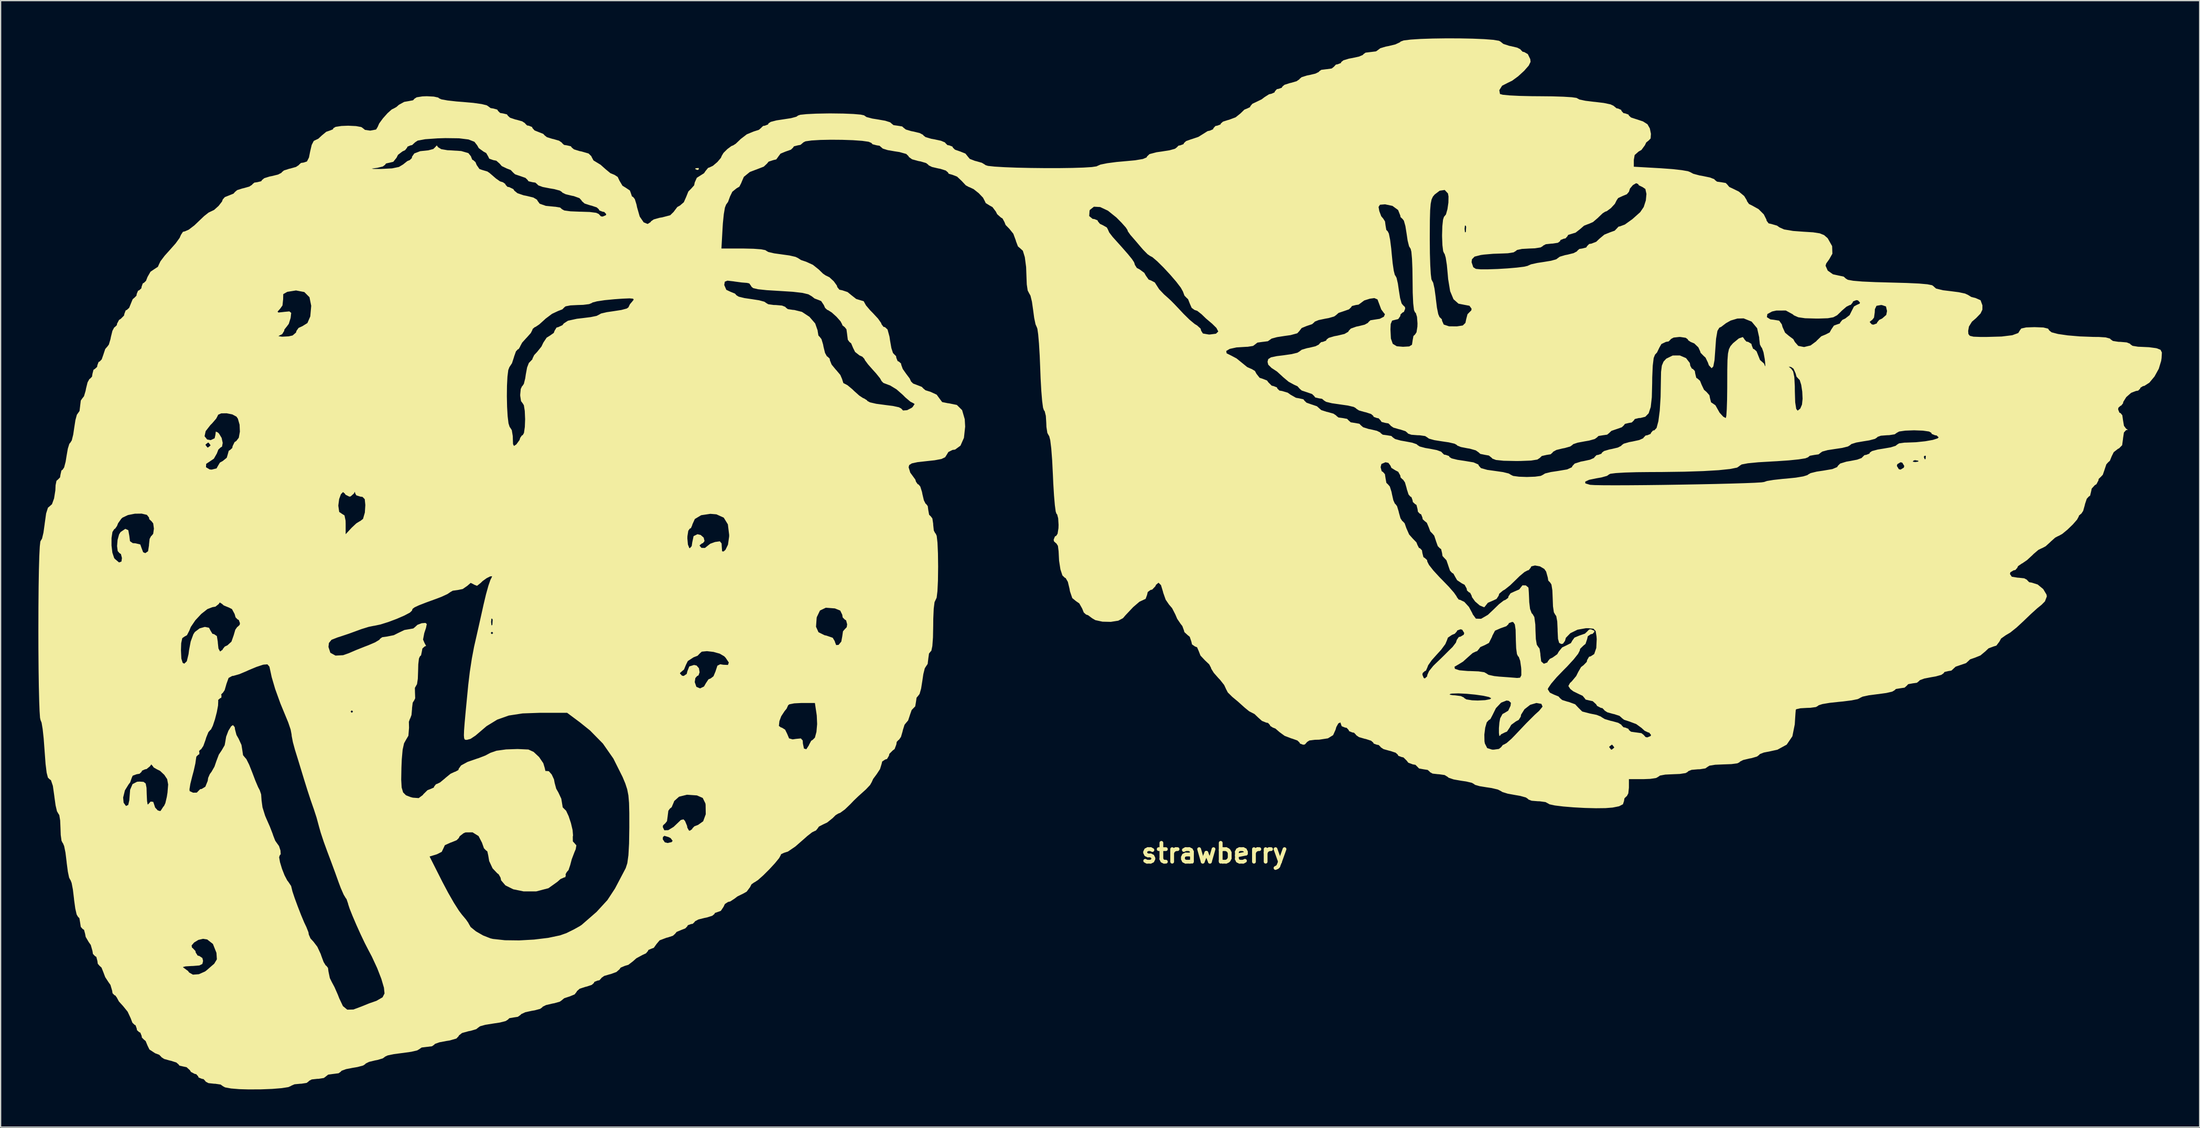
<source format=kicad_pcb>
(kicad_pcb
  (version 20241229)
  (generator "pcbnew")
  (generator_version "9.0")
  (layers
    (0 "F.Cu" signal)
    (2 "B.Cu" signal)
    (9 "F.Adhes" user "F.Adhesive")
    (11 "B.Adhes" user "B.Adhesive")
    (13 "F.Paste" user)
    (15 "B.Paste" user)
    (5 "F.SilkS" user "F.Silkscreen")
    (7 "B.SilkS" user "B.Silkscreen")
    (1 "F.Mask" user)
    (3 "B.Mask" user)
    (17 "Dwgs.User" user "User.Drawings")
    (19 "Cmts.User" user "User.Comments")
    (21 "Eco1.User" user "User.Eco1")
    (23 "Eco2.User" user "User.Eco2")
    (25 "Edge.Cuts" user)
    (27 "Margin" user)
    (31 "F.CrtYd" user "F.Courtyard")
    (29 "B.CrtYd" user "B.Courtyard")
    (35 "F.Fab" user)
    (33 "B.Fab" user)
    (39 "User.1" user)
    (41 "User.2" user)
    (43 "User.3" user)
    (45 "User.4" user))
  (footprint "strawberry"
    (layer "F.Cu")
    (at 93.47 64.81)
    (property "Reference" "strawberry" (at 0 0 0) (layer "F.SilkS") (effects (font (size 1.5 1.5) (thickness 0.3))))
    (attr board_only exclude_from_pos_files exclude_from_bom)
    (fp_poly (pts (xy -40.977 -54.475) (xy -41.004 -54.359) (xy -41.107 -54.345) (xy -41.268 -54.416) (xy -41.237 -54.475) (xy -41.006 -54.498)) (stroke (width 0) (type solid)) (fill yes) (layer "F.SilkS"))
    (fp_poly (pts (xy 19.492 -64.807) (xy 20.525 -64.786) (xy 21.438 -64.748) (xy 22.158 -64.692) (xy 22.612 -64.618) (xy 22.734 -64.553) (xy 22.963 -64.369) (xy 23.43 -64.215) (xy 23.582 -64.186) (xy 24.064 -64.071) (xy 24.329 -63.933) (xy 24.347 -63.894) (xy 24.504 -63.739) (xy 24.619 -63.723) (xy 24.911 -63.555) (xy 25.103 -63.157) (xy 25.128 -62.94) (xy 24.983 -62.644) (xy 24.621 -62.23) (xy 24.148 -61.797) (xy 23.671 -61.445) (xy 23.325 -61.277) (xy 22.866 -61.042) (xy 22.644 -60.688) (xy 22.697 -60.384) (xy 22.92 -60.323) (xy 23.465 -60.271) (xy 24.26 -60.232) (xy 25.237 -60.21) (xy 25.824 -60.206) (xy 26.859 -60.196) (xy 27.742 -60.168) (xy 28.404 -60.126) (xy 28.78 -60.073) (xy 28.841 -60.039) (xy 29.019 -59.943) (xy 29.491 -59.844) (xy 30.16 -59.762) (xy 30.255 -59.754) (xy 30.953 -59.67) (xy 31.479 -59.559) (xy 31.73 -59.444) (xy 31.736 -59.432) (xy 31.963 -59.247) (xy 32.081 -59.229) (xy 32.33 -59.119) (xy 32.357 -59.034) (xy 32.516 -58.861) (xy 32.651 -58.839) (xy 32.911 -58.746) (xy 32.944 -58.668) (xy 33.113 -58.515) (xy 33.521 -58.381) (xy 33.541 -58.377) (xy 34.064 -58.202) (xy 34.42 -57.976) (xy 34.608 -57.643) (xy 34.695 -57.215) (xy 34.669 -56.846) (xy 34.52 -56.689) (xy 34.32 -56.529) (xy 34.217 -56.309) (xy 33.941 -55.934) (xy 33.715 -55.807) (xy 33.401 -55.528) (xy 33.334 -55.143) (xy 33.334 -54.6) (xy 35.519 -54.475) (xy 36.404 -54.41) (xy 37.138 -54.328) (xy 37.637 -54.242) (xy 37.815 -54.171) (xy 38.059 -54.039) (xy 38.553 -53.907) (xy 38.854 -53.853) (xy 39.394 -53.74) (xy 39.729 -53.607) (xy 39.782 -53.541) (xy 39.949 -53.411) (xy 40.271 -53.368) (xy 40.638 -53.306) (xy 40.759 -53.186) (xy 40.921 -52.99) (xy 41.171 -52.873) (xy 41.682 -52.622) (xy 42.107 -52.268) (xy 42.317 -51.922) (xy 42.322 -51.872) (xy 42.486 -51.637) (xy 42.762 -51.497) (xy 43.249 -51.226) (xy 43.665 -50.81) (xy 43.878 -50.384) (xy 43.885 -50.31) (xy 44.047 -50.094) (xy 44.262 -50.046) (xy 44.719 -49.913) (xy 44.909 -49.776) (xy 45.28 -49.611) (xy 45.99 -49.491) (xy 46.764 -49.433) (xy 47.582 -49.382) (xy 48.112 -49.3) (xy 48.456 -49.161) (xy 48.715 -48.936) (xy 48.754 -48.892) (xy 49.096 -48.284) (xy 49.116 -47.68) (xy 48.867 -47.241) (xy 48.627 -46.904) (xy 48.574 -46.725) (xy 48.746 -46.337) (xy 49.165 -46.042) (xy 49.619 -45.943) (xy 50.018 -45.858) (xy 50.185 -45.703) (xy 50.344 -45.606) (xy 50.77 -45.529) (xy 51.496 -45.467) (xy 52.553 -45.42) (xy 53.718 -45.388) (xy 55.041 -45.352) (xy 56.01 -45.307) (xy 56.663 -45.249) (xy 57.037 -45.175) (xy 57.17 -45.083) (xy 57.171 -45.07) (xy 57.362 -44.906) (xy 57.918 -44.773) (xy 58.476 -44.706) (xy 59.153 -44.619) (xy 59.664 -44.51) (xy 59.893 -44.404) (xy 60.154 -44.242) (xy 60.493 -44.156) (xy 60.893 -43.98) (xy 61.041 -43.574) (xy 61.038 -43.229) (xy 60.892 -42.925) (xy 60.537 -42.557) (xy 60.207 -42.272) (xy 59.97 -41.888) (xy 59.907 -41.539) (xy 59.926 -41.293) (xy 60.04 -41.15) (xy 60.332 -41.081) (xy 60.884 -41.06) (xy 61.348 -41.059) (xy 62.568 -41.093) (xy 63.413 -41.197) (xy 63.889 -41.372) (xy 64.01 -41.572) (xy 64.127 -41.732) (xy 64.517 -41.817) (xy 65.182 -41.84) (xy 65.886 -41.812) (xy 66.258 -41.721) (xy 66.354 -41.576) (xy 66.539 -41.429) (xy 67.048 -41.295) (xy 67.817 -41.184) (xy 68.78 -41.103) (xy 69.87 -41.062) (xy 70.292 -41.059) (xy 70.839 -41.023) (xy 71.181 -40.93) (xy 71.239 -40.863) (xy 71.412 -40.741) (xy 71.845 -40.673) (xy 72.021 -40.668) (xy 72.51 -40.625) (xy 72.782 -40.516) (xy 72.802 -40.473) (xy 72.976 -40.353) (xy 73.414 -40.282) (xy 73.632 -40.274) (xy 74.276 -40.244) (xy 74.827 -40.171) (xy 74.92 -40.149) (xy 75.198 -40.037) (xy 75.305 -39.822) (xy 75.28 -39.385) (xy 75.248 -39.158) (xy 75.057 -38.528) (xy 74.718 -37.913) (xy 74.309 -37.422) (xy 73.909 -37.166) (xy 73.807 -37.151) (xy 73.595 -37.018) (xy 73.584 -36.956) (xy 73.422 -36.791) (xy 73.236 -36.76) (xy 72.858 -36.614) (xy 72.473 -36.274) (xy 72.235 -35.893) (xy 72.216 -35.781) (xy 72.067 -35.594) (xy 72.021 -35.588) (xy 71.847 -35.43) (xy 71.825 -35.295) (xy 71.931 -35.035) (xy 72.021 -35.002) (xy 72.159 -34.832) (xy 72.216 -34.432) (xy 72.291 -33.991) (xy 72.46 -33.763) (xy 72.604 -33.675) (xy 72.46 -33.649) (xy 72.287 -33.461) (xy 72.216 -32.992) (xy 72.216 -32.963) (xy 72.145 -32.447) (xy 71.896 -32.195) (xy 71.826 -32.169) (xy 71.478 -31.896) (xy 71.316 -31.57) (xy 71.171 -31.21) (xy 71.038 -31.094) (xy 70.89 -30.926) (xy 70.753 -30.52) (xy 70.751 -30.508) (xy 70.609 -30.098) (xy 70.445 -29.922) (xy 70.442 -29.922) (xy 70.279 -29.765) (xy 70.262 -29.65) (xy 70.104 -29.348) (xy 69.969 -29.265) (xy 69.728 -29) (xy 69.676 -28.756) (xy 69.599 -28.435) (xy 69.489 -28.359) (xy 69.334 -28.188) (xy 69.194 -27.768) (xy 69.175 -27.675) (xy 69.047 -27.224) (xy 68.897 -26.997) (xy 68.873 -26.991) (xy 68.706 -26.84) (xy 68.699 -26.782) (xy 68.562 -26.53) (xy 68.225 -26.144) (xy 67.796 -25.73) (xy 67.385 -25.392) (xy 67.101 -25.234) (xy 67.082 -25.233) (xy 66.828 -25.101) (xy 66.47 -24.782) (xy 66.435 -24.744) (xy 66.066 -24.411) (xy 65.775 -24.257) (xy 65.758 -24.256) (xy 65.489 -24.124) (xy 65.107 -23.799) (xy 65.016 -23.706) (xy 64.587 -23.31) (xy 64.205 -23.05) (xy 64.156 -23.029) (xy 63.868 -22.827) (xy 63.814 -22.699) (xy 63.656 -22.52) (xy 63.521 -22.497) (xy 63.262 -22.341) (xy 63.228 -22.204) (xy 63.376 -21.987) (xy 63.85 -21.912) (xy 63.912 -21.911) (xy 64.364 -21.862) (xy 64.59 -21.741) (xy 64.596 -21.716) (xy 64.758 -21.553) (xy 64.957 -21.52) (xy 65.432 -21.37) (xy 65.873 -21.007) (xy 66.136 -20.567) (xy 66.159 -20.417) (xy 66.009 -20.027) (xy 65.741 -19.756) (xy 65.394 -19.475) (xy 64.884 -19.013) (xy 64.321 -18.472) (xy 64.32 -18.47) (xy 63.763 -17.954) (xy 63.258 -17.55) (xy 62.91 -17.343) (xy 62.902 -17.34) (xy 62.525 -17.073) (xy 62.388 -16.825) (xy 62.15 -16.51) (xy 61.922 -16.44) (xy 61.527 -16.292) (xy 61.28 -16.057) (xy 60.883 -15.726) (xy 60.455 -15.553) (xy 60.061 -15.416) (xy 59.907 -15.268) (xy 59.738 -15.116) (xy 59.332 -14.977) (xy 59.321 -14.975) (xy 58.91 -14.833) (xy 58.734 -14.67) (xy 58.734 -14.666) (xy 58.571 -14.52) (xy 58.344 -14.486) (xy 58.026 -14.412) (xy 57.953 -14.309) (xy 57.778 -14.184) (xy 57.33 -14.059) (xy 56.976 -13.998) (xy 56.42 -13.89) (xy 56.066 -13.76) (xy 55.999 -13.687) (xy 55.832 -13.553) (xy 55.511 -13.509) (xy 55.143 -13.443) (xy 55.022 -13.314) (xy 54.855 -13.167) (xy 54.534 -13.119) (xy 54.166 -13.06) (xy 54.045 -12.949) (xy 53.867 -12.847) (xy 53.397 -12.74) (xy 52.734 -12.649) (xy 52.677 -12.644) (xy 52.004 -12.556) (xy 51.516 -12.45) (xy 51.311 -12.35) (xy 51.31 -12.343) (xy 51.13 -12.253) (xy 50.649 -12.155) (xy 49.957 -12.067) (xy 49.649 -12.038) (xy 48.899 -11.957) (xy 48.325 -11.86) (xy 48.017 -11.762) (xy 47.988 -11.728) (xy 47.814 -11.625) (xy 47.372 -11.564) (xy 47.109 -11.556) (xy 46.579 -11.526) (xy 46.253 -11.452) (xy 46.207 -11.409) (xy 46.184 -11.144) (xy 46.149 -10.627) (xy 46.126 -10.244) (xy 45.937 -9.297) (xy 45.485 -8.633) (xy 44.749 -8.23) (xy 44.184 -8.107) (xy 43.658 -8.002) (xy 43.341 -7.876) (xy 43.299 -7.819) (xy 43.126 -7.687) (xy 42.695 -7.56) (xy 42.517 -7.528) (xy 42.029 -7.412) (xy 41.756 -7.274) (xy 41.736 -7.232) (xy 41.558 -7.145) (xy 41.091 -7.084) (xy 40.466 -7.062) (xy 39.802 -7.034) (xy 39.348 -6.961) (xy 39.196 -6.866) (xy 39.023 -6.744) (xy 38.59 -6.676) (xy 38.414 -6.671) (xy 37.925 -6.628) (xy 37.653 -6.519) (xy 37.633 -6.476) (xy 37.455 -6.372) (xy 36.99 -6.301) (xy 36.461 -6.28) (xy 35.836 -6.251) (xy 35.413 -6.173) (xy 35.288 -6.085) (xy 35.11 -5.981) (xy 34.645 -5.91) (xy 34.116 -5.889) (xy 32.944 -5.889) (xy 32.944 -5.206) (xy 32.895 -4.754) (xy 32.774 -4.528) (xy 32.748 -4.522) (xy 32.588 -4.359) (xy 32.553 -4.143) (xy 32.469 -3.89) (xy 32.159 -3.73) (xy 31.653 -3.629) (xy 31.086 -3.584) (xy 30.321 -3.575) (xy 29.448 -3.597) (xy 28.555 -3.645) (xy 27.729 -3.713) (xy 27.059 -3.795) (xy 26.633 -3.887) (xy 26.528 -3.95) (xy 26.311 -4.065) (xy 25.85 -4.127) (xy 25.698 -4.131) (xy 25.215 -4.171) (xy 24.95 -4.271) (xy 24.933 -4.308) (xy 24.757 -4.431) (xy 24.306 -4.556) (xy 23.907 -4.625) (xy 23.309 -4.734) (xy 22.887 -4.865) (xy 22.769 -4.941) (xy 22.525 -5.063) (xy 22.024 -5.182) (xy 21.645 -5.238) (xy 21.078 -5.33) (xy 20.711 -5.436) (xy 20.634 -5.499) (xy 20.459 -5.598) (xy 20.007 -5.703) (xy 19.61 -5.761) (xy 19.022 -5.864) (xy 18.621 -5.997) (xy 18.519 -6.081) (xy 18.299 -6.215) (xy 17.85 -6.279) (xy 17.785 -6.28) (xy 17.34 -6.33) (xy 17.122 -6.453) (xy 17.117 -6.476) (xy 16.95 -6.622) (xy 16.629 -6.671) (xy 16.262 -6.738) (xy 16.141 -6.866) (xy 15.978 -7.028) (xy 15.771 -7.062) (xy 15.407 -7.198) (xy 15.288 -7.355) (xy 15.027 -7.615) (xy 14.877 -7.648) (xy 14.613 -7.747) (xy 14.577 -7.834) (xy 14.407 -7.989) (xy 13.986 -8.13) (xy 13.894 -8.149) (xy 13.443 -8.277) (xy 13.216 -8.426) (xy 13.21 -8.451) (xy 13.051 -8.605) (xy 12.917 -8.625) (xy 12.656 -8.719) (xy 12.624 -8.798) (xy 12.453 -8.945) (xy 12.033 -9.081) (xy 11.94 -9.1) (xy 11.489 -9.232) (xy 11.262 -9.389) (xy 11.256 -9.415) (xy 11.239 -9.433) (xy 21.454 -9.433) (xy 21.464 -8.905) (xy 21.496 -8.724) (xy 21.68 -8.36) (xy 22.065 -8.238) (xy 22.201 -8.234) (xy 22.611 -8.291) (xy 22.784 -8.428) (xy 22.784 -8.429) (xy 31.381 -8.429) (xy 31.529 -8.24) (xy 31.576 -8.234) (xy 31.766 -8.383) (xy 31.771 -8.429) (xy 31.623 -8.619) (xy 31.576 -8.625) (xy 31.386 -8.476) (xy 31.381 -8.429) (xy 22.784 -8.429) (xy 22.933 -8.619) (xy 22.982 -8.625) (xy 23.22 -8.757) (xy 23.607 -9.096) (xy 23.863 -9.358) (xy 24.788 -10.335) (xy 25.469 -11.015) (xy 25.805 -11.319) (xy 26.08 -11.657) (xy 25.987 -11.876) (xy 25.591 -11.946) (xy 25.099 -11.801) (xy 24.645 -11.448) (xy 24.373 -11.015) (xy 24.347 -10.855) (xy 24.185 -10.599) (xy 23.966 -10.484) (xy 23.591 -10.208) (xy 23.464 -9.983) (xy 23.253 -9.671) (xy 23.08 -9.602) (xy 22.772 -9.447) (xy 22.718 -9.358) (xy 22.648 -9.318) (xy 22.613 -9.553) (xy 22.613 -9.948) (xy 22.65 -10.39) (xy 22.711 -10.725) (xy 22.897 -11.068) (xy 23.079 -11.165) (xy 23.351 -11.333) (xy 23.537 -11.728) (xy 23.565 -11.962) (xy 23.403 -12.114) (xy 23.218 -12.142) (xy 22.786 -11.971) (xy 22.374 -11.533) (xy 22.106 -10.99) (xy 21.935 -10.664) (xy 21.802 -10.579) (xy 21.645 -10.406) (xy 21.522 -9.979) (xy 21.454 -9.433) (xy 11.239 -9.433) (xy 11.098 -9.581) (xy 10.963 -9.602) (xy 10.703 -9.707) (xy 10.67 -9.797) (xy 10.511 -9.97) (xy 10.377 -9.993) (xy 10.117 -10.098) (xy 10.084 -10.188) (xy 10.012 -10.398) (xy 9.852 -10.324) (xy 9.688 -10.031) (xy 9.63 -9.823) (xy 9.435 -9.388) (xy 9.022 -9.134) (xy 8.324 -9.027) (xy 7.983 -9.018) (xy 7.551 -8.964) (xy 7.35 -8.835) (xy 7.348 -8.82) (xy 7.19 -8.647) (xy 7.055 -8.625) (xy 6.795 -8.722) (xy 6.762 -8.805) (xy 6.593 -8.964) (xy 6.18 -9.112) (xy 6.127 -9.124) (xy 5.581 -9.332) (xy 5.176 -9.628) (xy 4.85 -9.91) (xy 4.639 -9.993) (xy 4.429 -10.127) (xy 4.417 -10.188) (xy 4.259 -10.361) (xy 4.122 -10.383) (xy 3.78 -10.521) (xy 3.493 -10.774) (xy 3.187 -11.067) (xy 2.997 -11.165) (xy 2.758 -11.288) (xy 2.396 -11.585) (xy 2.375 -11.604) (xy 1.862 -12.065) (xy 1.416 -12.435) (xy 1.24 -12.61) (xy 18.687 -12.61) (xy 18.948 -12.564) (xy 19.12 -12.555) (xy 19.591 -12.495) (xy 19.841 -12.373) (xy 19.853 -12.337) (xy 20.029 -12.23) (xy 20.485 -12.159) (xy 20.927 -12.142) (xy 21.516 -12.171) (xy 21.906 -12.247) (xy 22.002 -12.32) (xy 21.825 -12.42) (xy 21.366 -12.521) (xy 20.735 -12.611) (xy 20.04 -12.678) (xy 19.39 -12.71) (xy 18.895 -12.696) (xy 18.759 -12.673) (xy 18.687 -12.61) (xy 1.24 -12.61) (xy 1.066 -12.781) (xy 0.91 -13.078) (xy 0.91 -13.085) (xy 0.775 -13.376) (xy 0.448 -13.79) (xy 0.314 -13.93) (xy 0.083 -14.193) (xy 16.531 -14.193) (xy 16.637 -13.933) (xy 16.727 -13.9) (xy 16.902 -14.057) (xy 16.922 -14.178) (xy 17.055 -14.477) (xy 17.338 -14.828) (xy 19.081 -14.828) (xy 19.113 -14.664) (xy 19.475 -14.546) (xy 20.137 -14.489) (xy 20.341 -14.486) (xy 20.988 -14.46) (xy 21.445 -14.392) (xy 21.611 -14.301) (xy 21.788 -14.185) (xy 22.24 -14.087) (xy 22.637 -14.044) (xy 23.305 -13.996) (xy 23.862 -13.953) (xy 24.055 -13.936) (xy 24.293 -13.958) (xy 24.393 -14.147) (xy 24.391 -14.599) (xy 24.377 -14.779) (xy 24.301 -15.304) (xy 24.187 -15.618) (xy 24.132 -15.659) (xy 24.045 -15.838) (xy 23.982 -16.308) (xy 23.956 -16.972) (xy 23.956 -17.026) (xy 23.939 -17.769) (xy 23.877 -18.195) (xy 23.755 -18.374) (xy 23.663 -18.394) (xy 23.403 -18.297) (xy 23.37 -18.214) (xy 23.201 -18.052) (xy 22.794 -17.908) (xy 22.775 -17.904) (xy 22.301 -17.697) (xy 22.083 -17.279) (xy 22.07 -17.22) (xy 21.819 -16.722) (xy 21.492 -16.55) (xy 21.137 -16.393) (xy 21.025 -16.241) (xy 20.873 -16.059) (xy 20.803 -16.049) (xy 20.525 -15.918) (xy 20.166 -15.601) (xy 20.164 -15.599) (xy 19.757 -15.233) (xy 19.409 -15.019) (xy 19.081 -14.828) (xy 17.338 -14.828) (xy 17.387 -14.889) (xy 17.532 -15.034) (xy 17.966 -15.45) (xy 18.301 -15.779) (xy 18.362 -15.841) (xy 18.68 -16.159) (xy 18.925 -16.396) (xy 19.193 -16.747) (xy 19.267 -16.972) (xy 19.424 -17.193) (xy 19.56 -17.222) (xy 19.819 -17.378) (xy 19.853 -17.515) (xy 19.696 -17.774) (xy 19.56 -17.808) (xy 19.3 -17.715) (xy 19.267 -17.635) (xy 19.104 -17.453) (xy 18.876 -17.361) (xy 18.558 -17.143) (xy 18.485 -16.939) (xy 18.355 -16.632) (xy 18.02 -16.178) (xy 17.704 -15.831) (xy 17.274 -15.351) (xy 16.99 -14.946) (xy 16.922 -14.764) (xy 16.811 -14.514) (xy 16.727 -14.486) (xy 16.553 -14.328) (xy 16.531 -14.193) (xy 0.083 -14.193) (xy -0.051 -14.346) (xy -0.256 -14.678) (xy -0.272 -14.748) (xy -0.415 -15.019) (xy -0.759 -15.345) (xy -0.76 -15.347) (xy -1.108 -15.717) (xy -1.249 -16.077) (xy -1.379 -16.378) (xy -1.542 -16.44) (xy -1.78 -16.604) (xy -1.835 -16.837) (xy -1.962 -17.213) (xy -2.128 -17.346) (xy -2.387 -17.585) (xy -2.421 -17.717) (xy -2.549 -18.065) (xy -2.688 -18.243) (xy -2.957 -18.638) (xy -3.107 -18.989) (xy -3.364 -19.49) (xy -3.605 -19.77) (xy -3.873 -20.161) (xy -4.071 -20.72) (xy -4.087 -20.796) (xy -4.246 -21.32) (xy -4.442 -21.512) (xy -4.641 -21.347) (xy -4.695 -21.227) (xy -4.941 -20.967) (xy -5.08 -20.934) (xy -5.3 -20.771) (xy -5.352 -20.543) (xy -5.468 -20.226) (xy -5.63 -20.153) (xy -5.959 -19.999) (xy -6.459 -19.569) (xy -7.082 -18.907) (xy -7.264 -18.693) (xy -7.641 -18.492) (xy -8.237 -18.398) (xy -8.897 -18.413) (xy -9.463 -18.536) (xy -9.72 -18.687) (xy -10.04 -18.927) (xy -10.201 -18.98) (xy -10.385 -19.146) (xy -10.509 -19.456) (xy -10.742 -19.869) (xy -11.008 -20.052) (xy -11.298 -20.291) (xy -11.481 -20.829) (xy -11.518 -21.042) (xy -11.649 -21.582) (xy -11.824 -21.882) (xy -11.894 -21.911) (xy -12.081 -22.092) (xy -12.239 -22.574) (xy -12.346 -23.269) (xy -12.383 -24.011) (xy -12.438 -24.444) (xy -12.566 -24.645) (xy -12.581 -24.646) (xy -12.754 -24.805) (xy -12.776 -24.939) (xy -12.671 -25.199) (xy -12.581 -25.233) (xy -12.465 -25.407) (xy -12.395 -25.849) (xy -12.386 -26.112) (xy -12.418 -26.636) (xy -12.501 -26.951) (xy -12.551 -26.991) (xy -12.614 -27.175) (xy -12.682 -27.684) (xy -12.748 -28.452) (xy -12.807 -29.413) (xy -12.836 -30.066) (xy -12.868 -30.703) (xy 13.21 -30.703) (xy 13.292 -30.386) (xy 13.405 -30.313) (xy 13.552 -30.145) (xy 13.601 -29.824) (xy 13.667 -29.457) (xy 13.794 -29.336) (xy 13.942 -29.163) (xy 14.078 -28.731) (xy 14.112 -28.554) (xy 14.223 -28.066) (xy 14.348 -27.793) (xy 14.385 -27.773) (xy 14.515 -27.602) (xy 14.643 -27.182) (xy 14.662 -27.089) (xy 14.789 -26.638) (xy 14.937 -26.411) (xy 14.962 -26.405) (xy 15.121 -26.237) (xy 15.253 -25.857) (xy 15.476 -25.349) (xy 15.757 -25.032) (xy 16.056 -24.722) (xy 16.141 -24.506) (xy 16.262 -24.275) (xy 16.336 -24.256) (xy 16.495 -24.092) (xy 16.531 -23.865) (xy 16.613 -23.547) (xy 16.727 -23.474) (xy 16.901 -23.316) (xy 16.922 -23.189) (xy 17.054 -22.928) (xy 17.404 -22.483) (xy 17.907 -21.935) (xy 18.094 -21.747) (xy 18.631 -21.192) (xy 19.039 -20.725) (xy 19.251 -20.422) (xy 19.267 -20.371) (xy 19.421 -20.169) (xy 19.516 -20.153) (xy 19.861 -19.99) (xy 20.228 -19.588) (xy 20.505 -19.074) (xy 20.53 -19.001) (xy 20.784 -18.654) (xy 21.196 -18.642) (xy 21.736 -18.957) (xy 22.175 -19.371) (xy 22.621 -19.806) (xy 22.988 -20.09) (xy 23.137 -20.153) (xy 23.347 -20.308) (xy 23.37 -20.424) (xy 23.536 -20.67) (xy 23.858 -20.819) (xy 24.224 -20.976) (xy 24.347 -21.133) (xy 24.482 -21.304) (xy 24.752 -21.298) (xy 24.95 -21.133) (xy 24.964 -21.081) (xy 24.989 -20.744) (xy 25.014 -20.193) (xy 25.022 -19.97) (xy 25.087 -19.427) (xy 25.219 -19.08) (xy 25.284 -19.026) (xy 25.428 -18.781) (xy 25.506 -18.185) (xy 25.519 -17.694) (xy 25.547 -17.037) (xy 25.621 -16.587) (xy 25.714 -16.44) (xy 25.844 -16.268) (xy 25.908 -15.846) (xy 25.91 -15.756) (xy 25.973 -15.251) (xy 26.176 -15.074) (xy 26.203 -15.073) (xy 26.463 -15.171) (xy 26.496 -15.255) (xy 26.657 -15.454) (xy 26.877 -15.558) (xy 27.248 -15.824) (xy 27.372 -16.04) (xy 27.636 -16.363) (xy 27.968 -16.522) (xy 28.332 -16.708) (xy 28.45 -16.917) (xy 28.619 -17.146) (xy 29.027 -17.317) (xy 29.036 -17.319) (xy 29.446 -17.461) (xy 29.622 -17.625) (xy 29.622 -17.628) (xy 29.781 -17.788) (xy 29.915 -17.808) (xy 30.175 -17.702) (xy 30.208 -17.613) (xy 30.05 -17.439) (xy 29.915 -17.417) (xy 29.677 -17.254) (xy 29.622 -17.02) (xy 29.495 -16.645) (xy 29.329 -16.511) (xy 29.069 -16.256) (xy 29.036 -16.11) (xy 28.904 -15.853) (xy 28.549 -15.407) (xy 28.038 -14.85) (xy 27.766 -14.577) (xy 27.203 -13.994) (xy 26.768 -13.484) (xy 26.525 -13.126) (xy 26.496 -13.034) (xy 26.663 -12.768) (xy 26.984 -12.613) (xy 27.35 -12.465) (xy 27.473 -12.325) (xy 27.643 -12.183) (xy 28.063 -12.05) (xy 28.15 -12.032) (xy 28.669 -11.844) (xy 28.937 -11.56) (xy 29.233 -11.268) (xy 29.851 -11.107) (xy 30.381 -10.999) (xy 30.727 -10.86) (xy 30.774 -10.817) (xy 31.028 -10.666) (xy 31.506 -10.524) (xy 31.625 -10.5) (xy 32.095 -10.37) (xy 32.345 -10.216) (xy 32.357 -10.179) (xy 32.516 -10.014) (xy 32.651 -9.993) (xy 32.911 -9.887) (xy 32.944 -9.797) (xy 33.113 -9.66) (xy 33.522 -9.602) (xy 33.53 -9.602) (xy 33.941 -9.545) (xy 34.116 -9.409) (xy 34.116 -9.406) (xy 34.274 -9.233) (xy 34.409 -9.211) (xy 34.669 -9.316) (xy 34.702 -9.406) (xy 34.55 -9.592) (xy 34.481 -9.602) (xy 34.193 -9.736) (xy 33.943 -9.966) (xy 33.528 -10.267) (xy 32.992 -10.47) (xy 32.562 -10.61) (xy 32.36 -10.766) (xy 32.357 -10.781) (xy 32.187 -10.925) (xy 31.767 -11.061) (xy 31.674 -11.08) (xy 31.223 -11.208) (xy 30.996 -11.357) (xy 30.99 -11.382) (xy 30.833 -11.539) (xy 30.718 -11.556) (xy 30.416 -11.713) (xy 30.333 -11.849) (xy 30.068 -12.09) (xy 29.824 -12.142) (xy 29.503 -12.217) (xy 29.427 -12.324) (xy 29.264 -12.518) (xy 28.996 -12.643) (xy 28.522 -12.875) (xy 28.291 -13.054) (xy 28.131 -13.297) (xy 28.262 -13.536) (xy 28.4 -13.663) (xy 28.755 -14.09) (xy 28.918 -14.419) (xy 29.142 -14.804) (xy 29.336 -14.951) (xy 29.592 -15.214) (xy 29.622 -15.359) (xy 29.774 -15.622) (xy 29.911 -15.659) (xy 30.184 -15.836) (xy 30.35 -16.318) (xy 30.385 -17.024) (xy 30.369 -17.244) (xy 30.301 -17.667) (xy 30.126 -17.853) (xy 29.722 -17.894) (xy 29.519 -17.892) (xy 28.86 -17.776) (xy 28.293 -17.499) (xy 27.933 -17.129) (xy 27.864 -16.885) (xy 27.706 -16.664) (xy 27.571 -16.636) (xy 27.4 -16.726) (xy 27.309 -17.045) (xy 27.278 -17.667) (xy 27.277 -17.808) (xy 27.248 -18.432) (xy 27.17 -18.856) (xy 27.082 -18.98) (xy 26.98 -19.16) (xy 26.91 -19.635) (xy 26.887 -20.25) (xy 26.859 -20.914) (xy 26.786 -21.368) (xy 26.691 -21.52) (xy 26.534 -21.684) (xy 26.496 -21.925) (xy 26.365 -22.397) (xy 26.217 -22.609) (xy 25.874 -22.812) (xy 25.479 -22.883) (xy 25.188 -22.811) (xy 25.128 -22.693) (xy 24.976 -22.508) (xy 24.903 -22.497) (xy 24.649 -22.365) (xy 24.246 -22.027) (xy 23.969 -21.753) (xy 23.5 -21.301) (xy 23.086 -20.971) (xy 22.925 -20.88) (xy 22.639 -20.639) (xy 22.588 -20.473) (xy 22.422 -20.222) (xy 22.1 -20.072) (xy 21.734 -19.915) (xy 21.611 -19.758) (xy 21.463 -19.572) (xy 21.418 -19.566) (xy 21.088 -19.704) (xy 20.72 -20.02) (xy 20.471 -20.365) (xy 20.439 -20.489) (xy 20.318 -20.72) (xy 20.244 -20.739) (xy 20.073 -20.898) (xy 20.048 -21.05) (xy 19.884 -21.348) (xy 19.664 -21.462) (xy 19.289 -21.714) (xy 19.162 -21.932) (xy 18.993 -22.236) (xy 18.878 -22.302) (xy 18.725 -22.47) (xy 18.585 -22.876) (xy 18.583 -22.888) (xy 18.441 -23.298) (xy 18.278 -23.474) (xy 18.274 -23.474) (xy 18.128 -23.638) (xy 18.094 -23.865) (xy 18.019 -24.182) (xy 17.914 -24.256) (xy 17.752 -24.424) (xy 17.608 -24.83) (xy 17.606 -24.842) (xy 17.47 -25.252) (xy 17.322 -25.428) (xy 17.318 -25.428) (xy 17.158 -25.593) (xy 17.037 -25.916) (xy 16.88 -26.282) (xy 16.723 -26.405) (xy 16.553 -26.563) (xy 16.531 -26.698) (xy 16.426 -26.958) (xy 16.336 -26.991) (xy 16.177 -27.155) (xy 16.141 -27.382) (xy 16.059 -27.699) (xy 15.945 -27.773) (xy 15.772 -27.931) (xy 15.75 -28.066) (xy 15.656 -28.326) (xy 15.576 -28.359) (xy 15.43 -28.529) (xy 15.293 -28.95) (xy 15.274 -29.043) (xy 15.143 -29.493) (xy 15.102 -29.552) (xy 29.471 -29.552) (xy 29.483 -29.41) (xy 29.852 -29.301) (xy 29.866 -29.299) (xy 30.225 -29.277) (xy 30.897 -29.265) (xy 31.828 -29.261) (xy 32.964 -29.265) (xy 34.251 -29.275) (xy 35.635 -29.291) (xy 37.061 -29.313) (xy 38.476 -29.338) (xy 39.825 -29.366) (xy 41.054 -29.397) (xy 42.11 -29.429) (xy 42.937 -29.461) (xy 43.481 -29.494) (xy 43.69 -29.524) (xy 43.69 -29.525) (xy 43.917 -29.603) (xy 44.437 -29.689) (xy 45.154 -29.768) (xy 45.447 -29.792) (xy 46.207 -29.869) (xy 46.8 -29.968) (xy 47.132 -30.071) (xy 47.171 -30.107) (xy 47.383 -30.228) (xy 47.871 -30.349) (xy 48.393 -30.427) (xy 49.113 -30.55) (xy 49.497 -30.71) (xy 49.547 -30.801) (xy 54.241 -30.801) (xy 54.397 -30.542) (xy 54.534 -30.508) (xy 54.793 -30.664) (xy 54.827 -30.801) (xy 54.67 -31.06) (xy 54.534 -31.094) (xy 54.275 -30.938) (xy 54.241 -30.801) (xy 49.547 -30.801) (xy 49.551 -30.808) (xy 49.734 -30.99) (xy 50.229 -31.141) (xy 55.498 -31.141) (xy 55.69 -31.109) (xy 55.943 -31.145) (xy 55.946 -31.212) (xy 55.685 -31.259) (xy 55.572 -31.228) (xy 55.498 -31.141) (xy 50.229 -31.141) (xy 50.234 -31.142) (xy 50.528 -31.192) (xy 51.085 -31.3) (xy 51.438 -31.43) (xy 51.488 -31.485) (xy 56.39 -31.485) (xy 56.461 -31.324) (xy 56.52 -31.355) (xy 56.543 -31.586) (xy 56.52 -31.615) (xy 56.404 -31.588) (xy 56.39 -31.485) (xy 51.488 -31.485) (xy 51.505 -31.503) (xy 51.664 -31.66) (xy 51.798 -31.68) (xy 52.058 -31.778) (xy 52.091 -31.862) (xy 52.267 -31.983) (xy 52.722 -32.105) (xy 53.166 -32.177) (xy 53.754 -32.279) (xy 54.144 -32.401) (xy 54.241 -32.484) (xy 54.413 -32.594) (xy 54.844 -32.654) (xy 54.995 -32.657) (xy 55.76 -32.686) (xy 56.496 -32.763) (xy 57.103 -32.871) (xy 57.483 -32.994) (xy 57.562 -33.074) (xy 57.403 -33.224) (xy 57.269 -33.243) (xy 57.009 -33.349) (xy 56.976 -33.439) (xy 56.795 -33.539) (xy 56.311 -33.608) (xy 55.61 -33.634) (xy 55.608 -33.634) (xy 54.907 -33.608) (xy 54.422 -33.539) (xy 54.241 -33.439) (xy 54.241 -33.439) (xy 54.067 -33.316) (xy 53.634 -33.248) (xy 53.459 -33.243) (xy 52.97 -33.205) (xy 52.697 -33.109) (xy 52.677 -33.07) (xy 52.501 -32.954) (xy 52.047 -32.834) (xy 51.603 -32.763) (xy 51.015 -32.662) (xy 50.625 -32.54) (xy 50.528 -32.457) (xy 50.351 -32.347) (xy 49.891 -32.233) (xy 49.356 -32.153) (xy 48.738 -32.058) (xy 48.314 -31.943) (xy 48.184 -31.85) (xy 48.017 -31.721) (xy 47.711 -31.68) (xy 47.324 -31.61) (xy 47.174 -31.486) (xy 46.965 -31.405) (xy 46.437 -31.322) (xy 45.66 -31.243) (xy 44.706 -31.177) (xy 44.422 -31.162) (xy 43.225 -31.092) (xy 42.394 -31.011) (xy 41.906 -30.918) (xy 41.736 -30.807) (xy 41.736 -30.8) (xy 41.545 -30.669) (xy 40.986 -30.557) (xy 40.084 -30.463) (xy 38.861 -30.391) (xy 37.341 -30.342) (xy 35.547 -30.317) (xy 34.653 -30.314) (xy 33.553 -30.303) (xy 32.616 -30.275) (xy 31.904 -30.232) (xy 31.477 -30.179) (xy 31.381 -30.135) (xy 31.205 -30.011) (xy 30.758 -29.885) (xy 30.404 -29.824) (xy 29.787 -29.699) (xy 29.471 -29.552) (xy 15.102 -29.552) (xy 14.986 -29.72) (xy 14.959 -29.726) (xy 14.797 -29.886) (xy 14.773 -30.038) (xy 14.609 -30.334) (xy 14.382 -30.451) (xy 14.065 -30.648) (xy 13.991 -30.824) (xy 13.828 -31.043) (xy 13.601 -31.094) (xy 13.274 -30.956) (xy 13.21 -30.703) (xy -12.868 -30.703) (xy -12.895 -31.248) (xy -12.967 -32.192) (xy -13.048 -32.851) (xy -13.133 -33.18) (xy -13.159 -33.208) (xy -13.278 -33.426) (xy -13.351 -33.903) (xy -13.363 -34.22) (xy -13.398 -34.783) (xy -13.489 -35.154) (xy -13.551 -35.23) (xy -13.621 -35.438) (xy -13.692 -35.973) (xy -13.758 -36.771) (xy -13.814 -37.769) (xy -13.842 -38.506) (xy -13.886 -39.587) (xy -13.908 -39.944) (xy 0.94 -39.944) (xy 0.971 -39.758) (xy 1.324 -39.583) (xy 1.762 -39.35) (xy 2.212 -38.984) (xy 2.607 -38.663) (xy 2.933 -38.519) (xy 2.948 -38.519) (xy 3.219 -38.356) (xy 3.343 -38.128) (xy 3.593 -37.81) (xy 3.824 -37.737) (xy 4.182 -37.596) (xy 4.293 -37.444) (xy 4.554 -37.184) (xy 4.704 -37.151) (xy 4.968 -37.047) (xy 5.004 -36.956) (xy 5.167 -36.795) (xy 5.38 -36.76) (xy 5.828 -36.627) (xy 6.05 -36.467) (xy 6.481 -36.221) (xy 6.748 -36.174) (xy 7.073 -36.101) (xy 7.153 -35.994) (xy 7.321 -35.831) (xy 7.728 -35.688) (xy 7.739 -35.686) (xy 8.149 -35.546) (xy 8.325 -35.389) (xy 8.325 -35.386) (xy 8.496 -35.241) (xy 8.916 -35.106) (xy 9.009 -35.087) (xy 9.46 -34.959) (xy 9.686 -34.809) (xy 9.693 -34.785) (xy 9.86 -34.654) (xy 10.181 -34.611) (xy 10.548 -34.544) (xy 10.67 -34.416) (xy 10.837 -34.269) (xy 11.158 -34.22) (xy 11.525 -34.154) (xy 11.647 -34.027) (xy 11.819 -33.879) (xy 12.251 -33.742) (xy 12.428 -33.709) (xy 12.917 -33.593) (xy 13.189 -33.456) (xy 13.21 -33.414) (xy 13.377 -33.286) (xy 13.698 -33.243) (xy 14.065 -33.183) (xy 14.187 -33.066) (xy 14.362 -32.941) (xy 14.81 -32.816) (xy 15.164 -32.755) (xy 15.72 -32.65) (xy 16.074 -32.528) (xy 16.141 -32.462) (xy 16.316 -32.347) (xy 16.763 -32.228) (xy 17.117 -32.169) (xy 17.674 -32.06) (xy 18.028 -31.931) (xy 18.094 -31.857) (xy 18.253 -31.7) (xy 18.387 -31.68) (xy 18.648 -31.588) (xy 18.681 -31.51) (xy 18.858 -31.4) (xy 19.318 -31.287) (xy 19.853 -31.207) (xy 20.598 -31.083) (xy 20.971 -30.918) (xy 21.025 -30.807) (xy 21.186 -30.627) (xy 21.687 -30.487) (xy 22.295 -30.403) (xy 22.941 -30.31) (xy 23.398 -30.197) (xy 23.565 -30.094) (xy 23.743 -30.006) (xy 24.21 -29.944) (xy 24.835 -29.922) (xy 25.482 -29.946) (xy 25.939 -30.008) (xy 26.105 -30.092) (xy 26.282 -30.202) (xy 26.742 -30.315) (xy 27.277 -30.395) (xy 28.037 -30.524) (xy 28.409 -30.695) (xy 28.45 -30.789) (xy 28.633 -30.988) (xy 29.134 -31.148) (xy 29.329 -31.182) (xy 29.852 -31.296) (xy 30.167 -31.435) (xy 30.208 -31.497) (xy 30.367 -31.66) (xy 30.501 -31.68) (xy 30.761 -31.772) (xy 30.794 -31.851) (xy 30.967 -31.985) (xy 31.398 -32.113) (xy 31.576 -32.146) (xy 32.064 -32.262) (xy 32.337 -32.4) (xy 32.357 -32.442) (xy 32.531 -32.57) (xy 32.972 -32.697) (xy 33.237 -32.745) (xy 33.76 -32.859) (xy 34.075 -32.998) (xy 34.116 -33.06) (xy 34.274 -33.223) (xy 34.409 -33.243) (xy 34.669 -33.349) (xy 34.702 -33.439) (xy 34.858 -33.617) (xy 34.967 -33.634) (xy 35.142 -33.822) (xy 35.286 -34.357) (xy 35.395 -35.197) (xy 35.463 -36.299) (xy 35.484 -37.499) (xy 35.499 -38.281) (xy 35.562 -38.78) (xy 35.697 -39.1) (xy 35.912 -39.333) (xy 36.427 -39.585) (xy 36.992 -39.588) (xy 37.485 -39.377) (xy 37.785 -38.989) (xy 37.825 -38.763) (xy 37.952 -38.536) (xy 38.024 -38.519) (xy 38.182 -38.355) (xy 38.219 -38.128) (xy 38.299 -37.81) (xy 38.411 -37.737) (xy 38.597 -37.572) (xy 38.721 -37.263) (xy 38.914 -36.858) (xy 39.116 -36.683) (xy 39.343 -36.424) (xy 39.391 -36.18) (xy 39.474 -35.859) (xy 39.593 -35.783) (xy 39.822 -35.625) (xy 39.924 -35.441) (xy 40.151 -35.037) (xy 40.448 -34.712) (xy 40.647 -34.611) (xy 40.687 -34.795) (xy 40.721 -35.299) (xy 40.746 -36.055) (xy 40.758 -36.993) (xy 40.759 -37.355) (xy 40.762 -38.445) (xy 40.767 -38.7) (xy 45.645 -38.7) (xy 45.78 -38.582) (xy 45.839 -38.541) (xy 45.998 -38.315) (xy 46.091 -37.863) (xy 46.13 -37.116) (xy 46.132 -36.768) (xy 46.16 -35.859) (xy 46.242 -35.337) (xy 46.355 -35.197) (xy 46.564 -35.363) (xy 46.7 -35.682) (xy 46.748 -36.142) (xy 46.721 -36.708) (xy 46.639 -37.249) (xy 46.519 -37.632) (xy 46.414 -37.737) (xy 46.265 -37.903) (xy 46.194 -38.161) (xy 46.025 -38.534) (xy 45.839 -38.665) (xy 45.645 -38.7) (xy 40.767 -38.7) (xy 40.778 -39.215) (xy 40.818 -39.736) (xy 40.892 -40.081) (xy 41.01 -40.32) (xy 41.185 -40.524) (xy 41.239 -40.579) (xy 41.683 -40.945) (xy 41.999 -41.052) (xy 42.126 -40.88) (xy 42.127 -40.863) (xy 42.285 -40.69) (xy 42.42 -40.668) (xy 42.679 -40.512) (xy 42.713 -40.375) (xy 42.816 -40.115) (xy 42.904 -40.082) (xy 43.09 -39.916) (xy 43.219 -39.593) (xy 43.365 -39.228) (xy 43.501 -39.105) (xy 43.681 -38.945) (xy 43.755 -38.763) (xy 43.789 -38.727) (xy 43.772 -39.013) (xy 43.74 -39.3) (xy 43.641 -39.841) (xy 43.517 -40.188) (xy 43.465 -40.245) (xy 43.356 -40.463) (xy 43.301 -40.917) (xy 43.299 -41.02) (xy 43.135 -41.753) (xy 42.697 -42.281) (xy 42.06 -42.537) (xy 41.564 -42.523) (xy 41.031 -42.364) (xy 40.649 -42.148) (xy 40.637 -42.137) (xy 40.286 -41.868) (xy 40.13 -41.794) (xy 39.98 -41.544) (xy 39.871 -40.917) (xy 39.813 -40.106) (xy 39.749 -39.221) (xy 39.652 -38.714) (xy 39.522 -38.573) (xy 39.517 -38.574) (xy 39.298 -38.807) (xy 39.223 -39.023) (xy 39.033 -39.417) (xy 38.881 -39.554) (xy 38.64 -39.802) (xy 38.61 -39.91) (xy 38.462 -40.233) (xy 38.139 -40.544) (xy 37.842 -40.668) (xy 37.641 -40.808) (xy 37.633 -40.863) (xy 37.461 -40.992) (xy 37.039 -41.057) (xy 36.949 -41.059) (xy 36.497 -41.01) (xy 36.271 -40.889) (xy 36.265 -40.863) (xy 36.102 -40.703) (xy 35.888 -40.668) (xy 35.527 -40.496) (xy 35.373 -40.228) (xy 35.178 -39.824) (xy 35.019 -39.65) (xy 34.913 -39.385) (xy 34.838 -38.77) (xy 34.798 -37.845) (xy 34.793 -37.381) (xy 34.765 -36.265) (xy 34.678 -35.484) (xy 34.512 -34.985) (xy 34.247 -34.713) (xy 33.861 -34.615) (xy 33.739 -34.611) (xy 33.414 -34.532) (xy 33.334 -34.416) (xy 33.171 -34.257) (xy 32.944 -34.22) (xy 32.626 -34.145) (xy 32.553 -34.04) (xy 32.384 -33.878) (xy 31.978 -33.734) (xy 31.967 -33.732) (xy 31.556 -33.59) (xy 31.381 -33.427) (xy 31.381 -33.423) (xy 31.213 -33.288) (xy 30.892 -33.243) (xy 30.525 -33.183) (xy 30.404 -33.066) (xy 30.228 -32.941) (xy 29.781 -32.816) (xy 29.427 -32.755) (xy 28.87 -32.651) (xy 28.517 -32.533) (xy 28.45 -32.468) (xy 28.277 -32.346) (xy 27.846 -32.224) (xy 27.668 -32.191) (xy 27.18 -32.071) (xy 26.907 -31.92) (xy 26.887 -31.873) (xy 26.72 -31.726) (xy 26.414 -31.68) (xy 26.021 -31.591) (xy 25.861 -31.436) (xy 25.668 -31.308) (xy 25.168 -31.228) (xy 24.326 -31.194) (xy 23.956 -31.192) (xy 22.99 -31.212) (xy 22.378 -31.275) (xy 22.084 -31.387) (xy 22.051 -31.436) (xy 21.815 -31.627) (xy 21.514 -31.68) (xy 21.132 -31.758) (xy 20.988 -31.888) (xy 20.769 -32.04) (xy 20.301 -32.173) (xy 20.093 -32.207) (xy 19.588 -32.306) (xy 19.296 -32.425) (xy 19.267 -32.468) (xy 19.09 -32.568) (xy 18.63 -32.676) (xy 18.094 -32.755) (xy 17.477 -32.853) (xy 17.052 -32.972) (xy 16.922 -33.067) (xy 16.749 -33.177) (xy 16.316 -33.239) (xy 16.141 -33.243) (xy 15.651 -33.282) (xy 15.379 -33.378) (xy 15.359 -33.417) (xy 15.188 -33.563) (xy 14.768 -33.7) (xy 14.675 -33.719) (xy 14.224 -33.85) (xy 13.998 -34.007) (xy 13.991 -34.034) (xy 13.828 -34.185) (xy 13.601 -34.22) (xy 13.283 -34.302) (xy 13.21 -34.416) (xy 13.051 -34.589) (xy 12.917 -34.611) (xy 12.656 -34.705) (xy 12.624 -34.785) (xy 12.453 -34.931) (xy 12.033 -35.068) (xy 11.94 -35.087) (xy 11.489 -35.214) (xy 11.262 -35.361) (xy 11.256 -35.386) (xy 11.078 -35.492) (xy 10.613 -35.603) (xy 9.986 -35.693) (xy 9.34 -35.786) (xy 8.883 -35.898) (xy 8.716 -36.001) (xy 8.552 -36.142) (xy 8.325 -36.174) (xy 8.008 -36.249) (xy 7.934 -36.354) (xy 7.766 -36.517) (xy 7.36 -36.66) (xy 7.348 -36.663) (xy 6.938 -36.8) (xy 6.762 -36.955) (xy 6.762 -36.958) (xy 6.6 -37.139) (xy 6.326 -37.263) (xy 5.895 -37.499) (xy 5.433 -37.887) (xy 5.398 -37.923) (xy 4.974 -38.31) (xy 4.595 -38.56) (xy 4.564 -38.573) (xy 4.278 -38.853) (xy 4.222 -39.083) (xy 4.277 -39.297) (xy 4.496 -39.437) (xy 4.964 -39.536) (xy 5.492 -39.601) (xy 6.138 -39.694) (xy 6.595 -39.805) (xy 6.762 -39.907) (xy 6.935 -40.041) (xy 7.366 -40.169) (xy 7.544 -40.202) (xy 8.032 -40.318) (xy 8.305 -40.456) (xy 8.325 -40.498) (xy 8.484 -40.649) (xy 8.618 -40.668) (xy 8.878 -40.767) (xy 8.911 -40.851) (xy 9.085 -40.987) (xy 9.526 -41.118) (xy 9.791 -41.167) (xy 10.338 -41.298) (xy 10.641 -41.473) (xy 10.67 -41.544) (xy 10.843 -41.726) (xy 11.277 -41.881) (xy 11.451 -41.915) (xy 11.94 -42.036) (xy 12.212 -42.186) (xy 12.233 -42.233) (xy 12.399 -42.385) (xy 12.672 -42.429) (xy 13.143 -42.502) (xy 13.468 -42.669) (xy 13.554 -42.869) (xy 13.469 -42.966) (xy 13.258 -43.251) (xy 13.102 -43.669) (xy 12.96 -44.046) (xy 12.71 -44.151) (xy 12.353 -44.102) (xy 11.911 -43.963) (xy 11.681 -43.795) (xy 11.679 -43.79) (xy 11.456 -43.63) (xy 11.24 -43.599) (xy 10.931 -43.52) (xy 10.865 -43.419) (xy 10.697 -43.256) (xy 10.29 -43.113) (xy 10.279 -43.11) (xy 9.869 -42.972) (xy 9.693 -42.817) (xy 9.693 -42.814) (xy 9.519 -42.688) (xy 9.079 -42.561) (xy 8.814 -42.514) (xy 8.29 -42.404) (xy 7.976 -42.278) (xy 7.934 -42.224) (xy 7.766 -42.077) (xy 7.36 -41.941) (xy 7.348 -41.938) (xy 6.937 -41.77) (xy 6.762 -41.546) (xy 6.762 -41.541) (xy 6.587 -41.351) (xy 6.051 -41.205) (xy 5.59 -41.141) (xy 4.972 -41.045) (xy 4.547 -40.93) (xy 4.417 -40.838) (xy 4.248 -40.719) (xy 3.838 -40.668) (xy 3.831 -40.668) (xy 3.42 -40.611) (xy 3.245 -40.475) (xy 3.245 -40.473) (xy 3.073 -40.346) (xy 2.644 -40.278) (xy 2.512 -40.274) (xy 1.753 -40.227) (xy 1.215 -40.109) (xy 0.94 -39.944) (xy -13.908 -39.944) (xy -13.942 -40.526) (xy -14.006 -41.257) (xy -14.07 -41.711) (xy -14.112 -41.827) (xy -14.217 -42.065) (xy -14.325 -42.578) (xy -14.409 -43.208) (xy -14.503 -43.867) (xy -14.621 -44.349) (xy -14.732 -44.543) (xy -14.842 -44.758) (xy -14.913 -45.239) (xy -14.928 -45.618) (xy -14.966 -46.622) (xy -15.069 -47.408) (xy -15.226 -47.917) (xy -15.418 -48.093) (xy -15.616 -48.263) (xy -15.773 -48.679) (xy -15.784 -48.734) (xy -15.983 -49.269) (xy -16.294 -49.656) (xy -16.294 -49.656) (xy -16.597 -49.969) (xy -16.684 -50.193) (xy -16.841 -50.482) (xy -16.97 -50.559) (xy -17.101 -50.676) (xy -9.951 -50.676) (xy -9.681 -50.452) (xy -9.541 -50.437) (xy -9.288 -50.335) (xy -9.259 -50.255) (xy -9.098 -50.057) (xy -8.869 -49.949) (xy -8.553 -49.77) (xy -8.478 -49.635) (xy -8.358 -49.367) (xy -8.086 -49.014) (xy -7.362 -48.208) (xy -6.864 -47.638) (xy -6.552 -47.254) (xy -6.388 -47.006) (xy -6.331 -46.844) (xy -6.329 -46.808) (xy -6.167 -46.55) (xy -5.948 -46.435) (xy -5.573 -46.159) (xy -5.446 -45.933) (xy -5.225 -45.622) (xy -5.039 -45.553) (xy -4.736 -45.393) (xy -4.624 -45.215) (xy -4.39 -44.853) (xy -4.006 -44.448) (xy -3.995 -44.438) (xy -3.687 -44.165) (xy -3.449 -43.944) (xy -3.191 -43.683) (xy -2.819 -43.291) (xy -2.452 -42.899) (xy -1.978 -42.432) (xy -1.562 -42.087) (xy -1.379 -41.977) (xy -1.099 -41.724) (xy -1.053 -41.553) (xy -0.913 -41.334) (xy -0.458 -41.255) (xy -0.369 -41.254) (xy 0.122 -41.317) (xy 0.305 -41.49) (xy 0.305 -41.498) (xy 0.157 -41.779) (xy -0.189 -42.121) (xy -0.205 -42.133) (xy -0.67 -42.526) (xy -1.021 -42.866) (xy -1.364 -43.136) (xy -1.581 -43.208) (xy -1.808 -43.374) (xy -1.95 -43.696) (xy -2.094 -44.062) (xy -2.226 -44.185) (xy -2.382 -44.35) (xy -2.5 -44.67) (xy -2.672 -44.98) (xy -3.036 -45.456) (xy -3.519 -46.017) (xy -4.045 -46.584) (xy -4.54 -47.074) (xy -4.929 -47.407) (xy -5.119 -47.506) (xy -5.316 -47.643) (xy -5.657 -47.99) (xy -5.842 -48.202) (xy -6.251 -48.684) (xy -6.587 -49.072) (xy -6.671 -49.165) (xy -6.879 -49.459) (xy -6.915 -49.572) (xy -7.045 -49.77) (xy -7.383 -50.149) (xy -7.791 -50.562) (xy -8.461 -51.101) (xy -9.077 -51.392) (xy -9.218 -51.4) (xy 13.046 -51.4) (xy 13.105 -51.072) (xy 13.26 -50.659) (xy 13.42 -50.47) (xy 13.559 -50.248) (xy 13.601 -49.932) (xy 13.662 -49.573) (xy 13.775 -49.46) (xy 13.866 -49.28) (xy 13.964 -48.796) (xy 14.053 -48.096) (xy 14.089 -47.702) (xy 14.166 -46.928) (xy 14.254 -46.328) (xy 14.34 -45.988) (xy 14.378 -45.943) (xy 14.476 -45.766) (xy 14.582 -45.306) (xy 14.66 -44.771) (xy 14.758 -44.153) (xy 14.878 -43.729) (xy 14.978 -43.599) (xy 15.143 -43.44) (xy 15.164 -43.306) (xy 15.058 -43.046) (xy 14.968 -43.013) (xy 14.795 -42.854) (xy 14.773 -42.719) (xy 14.61 -42.481) (xy 14.382 -42.426) (xy 14.124 -42.359) (xy 14.012 -42.089) (xy 13.991 -41.661) (xy 14.028 -40.933) (xy 14.176 -40.512) (xy 14.494 -40.32) (xy 14.989 -40.277) (xy 15.484 -40.306) (xy 15.701 -40.438) (xy 15.75 -40.747) (xy 15.75 -40.766) (xy 15.817 -41.133) (xy 15.945 -41.254) (xy 16.062 -41.429) (xy 16.132 -41.871) (xy 16.141 -42.133) (xy 16.102 -42.658) (xy 16.004 -42.972) (xy 15.945 -43.013) (xy 15.862 -43.201) (xy 15.799 -43.74) (xy 15.761 -44.588) (xy 15.75 -45.553) (xy 15.737 -46.497) (xy 15.704 -47.283) (xy 15.654 -47.836) (xy 15.592 -48.086) (xy 15.58 -48.093) (xy 15.47 -48.27) (xy 15.356 -48.73) (xy 15.349 -48.776) (xy 17.117 -48.776) (xy 17.127 -47.703) (xy 17.155 -46.782) (xy 17.196 -46.076) (xy 17.248 -45.65) (xy 17.29 -45.553) (xy 17.389 -45.373) (xy 17.494 -44.9) (xy 17.586 -44.226) (xy 17.6 -44.087) (xy 17.687 -43.387) (xy 17.793 -42.869) (xy 17.898 -42.628) (xy 17.916 -42.622) (xy 18.077 -42.464) (xy 18.094 -42.345) (xy 18.226 -42.046) (xy 18.648 -41.906) (xy 19.267 -41.9) (xy 19.739 -41.971) (xy 19.95 -42.177) (xy 20.012 -42.475) (xy 20.054 -42.634) (xy 43.91 -42.634) (xy 44.19 -42.456) (xy 44.456 -42.426) (xy 44.885 -42.356) (xy 45.096 -42.064) (xy 45.153 -41.849) (xy 45.357 -41.399) (xy 45.647 -41.155) (xy 46.01 -40.884) (xy 46.135 -40.658) (xy 46.406 -40.348) (xy 46.865 -40.258) (xy 47.382 -40.382) (xy 47.827 -40.71) (xy 47.872 -40.766) (xy 48.234 -41.113) (xy 48.579 -41.254) (xy 48.899 -41.418) (xy 49.022 -41.645) (xy 49.236 -41.963) (xy 49.435 -42.036) (xy 49.707 -42.129) (xy 49.747 -42.218) (xy 49.757 -42.231) (xy 52.091 -42.231) (xy 52.25 -42.058) (xy 52.384 -42.036) (xy 52.644 -42.134) (xy 52.677 -42.218) (xy 52.839 -42.416) (xy 53.068 -42.524) (xy 53.397 -42.811) (xy 53.459 -43.123) (xy 53.375 -43.486) (xy 53.05 -43.597) (xy 52.971 -43.599) (xy 52.621 -43.536) (xy 52.494 -43.267) (xy 52.482 -43.013) (xy 52.425 -42.601) (xy 52.289 -42.426) (xy 52.287 -42.426) (xy 52.097 -42.278) (xy 52.091 -42.231) (xy 49.757 -42.231) (xy 49.908 -42.416) (xy 50.137 -42.524) (xy 50.484 -42.796) (xy 50.647 -43.123) (xy 50.832 -43.484) (xy 51.038 -43.599) (xy 51.284 -43.711) (xy 51.31 -43.794) (xy 51.151 -43.967) (xy 51.017 -43.989) (xy 50.757 -43.884) (xy 50.724 -43.794) (xy 50.572 -43.609) (xy 50.502 -43.599) (xy 50.234 -43.466) (xy 49.857 -43.14) (xy 49.782 -43.061) (xy 49.493 -42.786) (xy 49.19 -42.625) (xy 48.759 -42.548) (xy 48.088 -42.525) (xy 47.791 -42.524) (xy 46.949 -42.547) (xy 46.403 -42.626) (xy 46.06 -42.778) (xy 45.958 -42.866) (xy 45.416 -43.162) (xy 44.664 -43.16) (xy 44.325 -43.085) (xy 43.948 -42.88) (xy 43.91 -42.634) (xy 20.054 -42.634) (xy 20.115 -42.866) (xy 20.257 -43.013) (xy 20.418 -43.171) (xy 20.439 -43.306) (xy 20.269 -43.541) (xy 19.951 -43.599) (xy 19.399 -43.707) (xy 19.002 -44.061) (xy 18.735 -44.701) (xy 18.576 -45.669) (xy 18.544 -46.051) (xy 18.473 -46.799) (xy 18.44 -47.007) (xy 20.439 -47.007) (xy 20.574 -46.605) (xy 20.781 -46.473) (xy 21.15 -46.439) (xy 21.761 -46.439) (xy 22.515 -46.465) (xy 23.308 -46.513) (xy 24.039 -46.576) (xy 24.607 -46.646) (xy 24.911 -46.718) (xy 24.933 -46.735) (xy 25.165 -46.836) (xy 25.666 -46.947) (xy 26.154 -47.021) (xy 26.757 -47.12) (xy 27.164 -47.234) (xy 27.277 -47.316) (xy 27.45 -47.443) (xy 27.881 -47.57) (xy 28.059 -47.604) (xy 28.547 -47.726) (xy 28.82 -47.87) (xy 28.841 -47.914) (xy 29.004 -48.059) (xy 29.231 -48.093) (xy 29.549 -48.174) (xy 29.622 -48.288) (xy 29.784 -48.453) (xy 29.97 -48.483) (xy 30.349 -48.631) (xy 30.594 -48.867) (xy 30.99 -49.197) (xy 31.418 -49.371) (xy 31.812 -49.512) (xy 31.967 -49.671) (xy 32.122 -49.837) (xy 32.22 -49.851) (xy 32.62 -50) (xy 33.214 -50.425) (xy 33.841 -50.983) (xy 34.12 -51.394) (xy 34.289 -51.918) (xy 34.337 -52.435) (xy 34.253 -52.828) (xy 34.034 -52.977) (xy 33.733 -53.122) (xy 33.677 -53.22) (xy 33.517 -53.289) (xy 33.26 -53.136) (xy 33.029 -52.863) (xy 32.944 -52.604) (xy 32.778 -52.408) (xy 32.455 -52.276) (xy 32.089 -52.106) (xy 31.967 -51.925) (xy 31.829 -51.649) (xy 31.518 -51.311) (xy 31.188 -51.065) (xy 31.059 -51.023) (xy 30.857 -50.894) (xy 30.525 -50.578) (xy 30.484 -50.535) (xy 30.09 -50.199) (xy 29.745 -50.047) (xy 29.727 -50.046) (xy 29.377 -49.908) (xy 29.088 -49.656) (xy 28.708 -49.357) (xy 28.406 -49.265) (xy 28.113 -49.174) (xy 28.059 -49.069) (xy 27.901 -48.896) (xy 27.766 -48.874) (xy 27.506 -48.769) (xy 27.473 -48.679) (xy 27.301 -48.55) (xy 26.879 -48.485) (xy 26.789 -48.483) (xy 26.337 -48.434) (xy 26.111 -48.314) (xy 26.105 -48.288) (xy 25.928 -48.181) (xy 25.473 -48.11) (xy 25.031 -48.093) (xy 24.442 -48.06) (xy 24.052 -47.978) (xy 23.956 -47.897) (xy 23.78 -47.788) (xy 23.327 -47.716) (xy 22.93 -47.7) (xy 22.165 -47.674) (xy 21.425 -47.611) (xy 21.172 -47.576) (xy 20.677 -47.45) (xy 20.47 -47.237) (xy 20.439 -47.007) (xy 18.44 -47.007) (xy 18.384 -47.37) (xy 18.293 -47.675) (xy 18.261 -47.702) (xy 18.181 -47.881) (xy 18.122 -48.356) (xy 18.095 -49.03) (xy 18.094 -49.167) (xy 18.109 -49.656) (xy 19.884 -49.656) (xy 19.914 -49.378) (xy 19.982 -49.411) (xy 20.008 -49.811) (xy 19.982 -49.9) (xy 19.911 -49.924) (xy 19.884 -49.656) (xy 18.109 -49.656) (xy 18.115 -49.868) (xy 18.17 -50.386) (xy 18.249 -50.626) (xy 18.265 -50.633) (xy 18.403 -50.804) (xy 18.521 -51.223) (xy 18.597 -51.747) (xy 18.606 -52.233) (xy 18.562 -52.473) (xy 18.303 -52.75) (xy 17.905 -52.692) (xy 17.508 -52.391) (xy 17.363 -52.217) (xy 17.259 -51.991) (xy 17.189 -51.649) (xy 17.146 -51.129) (xy 17.125 -50.369) (xy 17.118 -49.307) (xy 17.117 -48.776) (xy 15.349 -48.776) (xy 15.277 -49.265) (xy 15.179 -49.882) (xy 15.058 -50.307) (xy 14.959 -50.437) (xy 14.792 -50.595) (xy 14.773 -50.716) (xy 14.598 -51.157) (xy 14.152 -51.484) (xy 13.565 -51.609) (xy 13.159 -51.576) (xy 13.046 -51.4) (xy -9.218 -51.4) (xy -9.576 -51.419) (xy -9.894 -51.167) (xy -9.923 -51.103) (xy -9.951 -50.676) (xy -17.101 -50.676) (xy -17.267 -50.824) (xy -17.371 -51.031) (xy -17.641 -51.391) (xy -17.866 -51.515) (xy -18.177 -51.709) (xy -18.247 -51.861) (xy -18.392 -52.139) (xy -18.735 -52.498) (xy -19.14 -52.817) (xy -19.471 -52.975) (xy -19.501 -52.977) (xy -19.761 -53.12) (xy -20.082 -53.463) (xy -20.084 -53.466) (xy -20.455 -53.814) (xy -20.815 -53.954) (xy -21.117 -54.04) (xy -21.178 -54.147) (xy -21.351 -54.295) (xy -21.782 -54.432) (xy -21.959 -54.465) (xy -22.448 -54.58) (xy -22.721 -54.717) (xy -22.741 -54.758) (xy -22.914 -54.891) (xy -23.345 -55.019) (xy -23.523 -55.051) (xy -24.029 -55.19) (xy -24.29 -55.378) (xy -24.304 -55.43) (xy -24.492 -55.615) (xy -25.03 -55.766) (xy -25.379 -55.819) (xy -25.966 -55.92) (xy -26.357 -56.042) (xy -26.453 -56.126) (xy -26.616 -56.268) (xy -26.828 -56.299) (xy -27.17 -56.386) (xy -27.267 -56.492) (xy -27.482 -56.585) (xy -27.999 -56.658) (xy -28.729 -56.71) (xy -29.585 -56.739) (xy -30.477 -56.746) (xy -31.319 -56.729) (xy -32.022 -56.687) (xy -32.497 -56.62) (xy -32.656 -56.543) (xy -32.894 -56.339) (xy -33.113 -56.299) (xy -33.421 -56.22) (xy -33.487 -56.119) (xy -33.656 -55.956) (xy -34.062 -55.813) (xy -34.073 -55.81) (xy -34.484 -55.64) (xy -34.659 -55.408) (xy -34.659 -55.404) (xy -34.823 -55.18) (xy -35.056 -55.126) (xy -35.43 -55.004) (xy -35.561 -54.845) (xy -35.814 -54.607) (xy -36.26 -54.434) (xy -36.924 -54.181) (xy -37.4 -53.793) (xy -37.59 -53.353) (xy -37.59 -53.338) (xy -37.754 -53.014) (xy -37.981 -52.88) (xy -38.315 -52.61) (xy -38.499 -52.231) (xy -38.655 -51.802) (xy -38.81 -51.587) (xy -38.903 -51.349) (xy -38.994 -50.819) (xy -39.067 -50.093) (xy -39.087 -49.78) (xy -39.181 -48.093) (xy -37.409 -48.093) (xy -36.631 -48.075) (xy -36.027 -48.03) (xy -35.683 -47.963) (xy -35.636 -47.925) (xy -35.459 -47.819) (xy -34.997 -47.71) (xy -34.426 -47.631) (xy -33.776 -47.54) (xy -33.295 -47.43) (xy -33.107 -47.34) (xy -32.855 -47.178) (xy -32.445 -47.04) (xy -31.911 -46.796) (xy -31.445 -46.424) (xy -31.11 -46.097) (xy -30.889 -45.945) (xy -30.878 -45.943) (xy -30.594 -45.804) (xy -30.253 -45.488) (xy -30.009 -45.151) (xy -29.97 -45.021) (xy -29.807 -44.818) (xy -29.578 -44.771) (xy -29.155 -44.63) (xy -28.85 -44.38) (xy -28.47 -44.081) (xy -28.168 -43.989) (xy -27.875 -43.903) (xy -27.821 -43.803) (xy -27.691 -43.569) (xy -27.362 -43.182) (xy -27.137 -42.953) (xy -26.737 -42.522) (xy -26.491 -42.174) (xy -26.453 -42.065) (xy -26.297 -41.861) (xy -26.183 -41.84) (xy -25.979 -41.652) (xy -25.824 -41.083) (xy -25.778 -40.766) (xy -25.675 -40.178) (xy -25.549 -39.788) (xy -25.462 -39.691) (xy -25.301 -39.533) (xy -25.281 -39.398) (xy -25.176 -39.138) (xy -25.086 -39.105) (xy -24.907 -38.949) (xy -24.89 -38.842) (xy -24.771 -38.515) (xy -24.499 -38.128) (xy -24.222 -37.76) (xy -24.109 -37.516) (xy -23.943 -37.353) (xy -23.62 -37.231) (xy -23.255 -37.089) (xy -23.132 -36.959) (xy -22.963 -36.819) (xy -22.561 -36.695) (xy -22.074 -36.47) (xy -21.864 -36.182) (xy -21.637 -35.88) (xy -21.158 -35.784) (xy -21.111 -35.783) (xy -20.469 -35.651) (xy -20.052 -35.238) (xy -19.843 -34.518) (xy -19.81 -33.927) (xy -19.907 -33.036) (xy -20.182 -32.413) (xy -20.611 -32.1) (xy -20.817 -32.071) (xy -21.144 -31.908) (xy -21.271 -31.696) (xy -21.402 -31.491) (xy -21.697 -31.352) (xy -22.237 -31.251) (xy -22.847 -31.185) (xy -23.605 -31.1) (xy -24.05 -31.003) (xy -24.257 -30.87) (xy -24.304 -30.694) (xy -24.172 -30.267) (xy -24.011 -30.047) (xy -23.771 -29.717) (xy -23.718 -29.545) (xy -23.579 -29.344) (xy -23.525 -29.336) (xy -23.377 -29.163) (xy -23.24 -28.731) (xy -23.207 -28.554) (xy -23.091 -28.066) (xy -22.953 -27.793) (xy -22.911 -27.773) (xy -22.783 -27.605) (xy -22.741 -27.284) (xy -22.674 -26.917) (xy -22.546 -26.796) (xy -22.416 -26.624) (xy -22.352 -26.202) (xy -22.35 -26.112) (xy -22.301 -25.66) (xy -22.181 -25.434) (xy -22.155 -25.428) (xy -22.072 -25.239) (xy -22.01 -24.698) (xy -21.972 -23.844) (xy -21.959 -22.79) (xy -21.973 -21.676) (xy -22.014 -20.84) (xy -22.077 -20.319) (xy -22.155 -20.153) (xy -22.244 -19.966) (xy -22.309 -19.443) (xy -22.345 -18.635) (xy -22.35 -18.101) (xy -22.368 -17.162) (xy -22.418 -16.479) (xy -22.495 -16.105) (xy -22.546 -16.049) (xy -22.683 -15.88) (xy -22.741 -15.471) (xy -22.741 -15.463) (xy -22.79 -15.052) (xy -22.909 -14.877) (xy -22.911 -14.877) (xy -23.021 -14.7) (xy -23.135 -14.24) (xy -23.214 -13.705) (xy -23.312 -13.087) (xy -23.433 -12.662) (xy -23.532 -12.533) (xy -23.672 -12.365) (xy -23.718 -12.044) (xy -23.78 -11.677) (xy -23.898 -11.556) (xy -24.061 -11.387) (xy -24.204 -10.981) (xy -24.206 -10.969) (xy -24.342 -10.559) (xy -24.49 -10.383) (xy -24.493 -10.383) (xy -24.629 -10.213) (xy -24.761 -9.793) (xy -24.78 -9.699) (xy -24.911 -9.249) (xy -25.068 -9.022) (xy -25.094 -9.016) (xy -25.249 -8.853) (xy -25.281 -8.646) (xy -25.417 -8.282) (xy -25.574 -8.163) (xy -25.834 -7.902) (xy -25.867 -7.752) (xy -26.021 -7.489) (xy -26.16 -7.453) (xy -26.404 -7.292) (xy -26.453 -7.092) (xy -26.576 -6.688) (xy -26.844 -6.28) (xy -27.122 -5.907) (xy -27.235 -5.655) (xy -27.368 -5.421) (xy -27.697 -5.072) (xy -27.772 -5.004) (xy -28.298 -4.531) (xy -28.658 -4.186) (xy -28.935 -3.896) (xy -29.366 -3.482) (xy -29.738 -3.21) (xy -29.89 -3.154) (xy -30.106 -3.023) (xy -30.338 -2.791) (xy -30.776 -2.44) (xy -31.094 -2.29) (xy -31.434 -2.115) (xy -31.533 -1.969) (xy -31.681 -1.791) (xy -31.722 -1.786) (xy -31.973 -1.663) (xy -32.365 -1.357) (xy -32.484 -1.249) (xy -33.302 -0.533) (xy -33.898 -0.127) (xy -34.211 -0.028) (xy -34.444 0.082) (xy -34.464 0.151) (xy -34.595 0.392) (xy -34.929 0.801) (xy -35.378 1.288) (xy -35.855 1.763) (xy -36.272 2.134) (xy -36.541 2.312) (xy -36.566 2.317) (xy -36.794 2.478) (xy -36.903 2.697) (xy -37.176 3.061) (xy -37.445 3.212) (xy -37.912 3.441) (xy -38.132 3.612) (xy -38.482 3.84) (xy -38.656 3.88) (xy -38.907 4.043) (xy -39.015 4.271) (xy -39.228 4.588) (xy -39.428 4.661) (xy -39.7 4.753) (xy -39.739 4.84) (xy -39.912 4.98) (xy -40.343 5.115) (xy -40.521 5.15) (xy -41.009 5.272) (xy -41.282 5.416) (xy -41.303 5.46) (xy -41.461 5.618) (xy -41.596 5.638) (xy -41.856 5.732) (xy -41.889 5.812) (xy -42.054 5.984) (xy -42.377 6.109) (xy -42.743 6.263) (xy -42.866 6.415) (xy -43.036 6.568) (xy -43.456 6.707) (xy -43.543 6.724) (xy -44.093 6.932) (xy -44.338 7.222) (xy -44.557 7.528) (xy -44.735 7.592) (xy -44.987 7.695) (xy -45.015 7.774) (xy -45.178 7.967) (xy -45.454 8.095) (xy -45.941 8.358) (xy -46.21 8.597) (xy -46.581 8.881) (xy -46.851 8.96) (xy -47.191 9.103) (xy -47.281 9.234) (xy -47.529 9.452) (xy -47.995 9.621) (xy -48.057 9.633) (xy -48.502 9.764) (xy -48.722 9.922) (xy -48.727 9.946) (xy -48.886 10.111) (xy -49.02 10.132) (xy -49.28 10.233) (xy -49.313 10.319) (xy -49.484 10.474) (xy -49.904 10.614) (xy -49.997 10.633) (xy -50.449 10.782) (xy -50.675 10.982) (xy -50.681 11.018) (xy -50.85 11.234) (xy -51.258 11.4) (xy -51.267 11.402) (xy -51.677 11.537) (xy -51.853 11.682) (xy -51.853 11.686) (xy -52.026 11.81) (xy -52.457 11.933) (xy -52.635 11.966) (xy -53.123 12.081) (xy -53.396 12.217) (xy -53.416 12.258) (xy -53.59 12.383) (xy -54.026 12.501) (xy -54.243 12.536) (xy -54.767 12.649) (xy -55.095 12.8) (xy -55.138 12.855) (xy -55.363 13.015) (xy -55.68 13.063) (xy -56.039 13.125) (xy -56.152 13.239) (xy -56.329 13.352) (xy -56.789 13.47) (xy -57.324 13.551) (xy -57.942 13.649) (xy -58.366 13.767) (xy -58.496 13.861) (xy -58.669 13.998) (xy -59.1 14.127) (xy -59.278 14.16) (xy -59.798 14.303) (xy -60.05 14.5) (xy -60.059 14.546) (xy -60.247 14.744) (xy -60.782 14.898) (xy -61.036 14.937) (xy -61.593 15.042) (xy -61.947 15.167) (xy -62.013 15.237) (xy -62.183 15.357) (xy -62.593 15.407) (xy -62.599 15.407) (xy -63.011 15.458) (xy -63.186 15.581) (xy -63.186 15.583) (xy -63.364 15.687) (xy -63.834 15.797) (xy -64.496 15.89) (xy -64.553 15.896) (xy -65.227 15.984) (xy -65.715 16.088) (xy -65.92 16.185) (xy -65.921 16.192) (xy -66.093 16.32) (xy -66.524 16.448) (xy -66.703 16.482) (xy -67.191 16.6) (xy -67.463 16.734) (xy -67.484 16.774) (xy -67.659 16.889) (xy -68.107 17.009) (xy -68.461 17.068) (xy -69.017 17.176) (xy -69.371 17.306) (xy -69.438 17.38) (xy -69.608 17.504) (xy -70.017 17.557) (xy -70.024 17.557) (xy -70.436 17.613) (xy -70.61 17.75) (xy -70.61 17.752) (xy -70.782 17.881) (xy -71.204 17.946) (xy -71.294 17.947) (xy -71.746 17.997) (xy -71.972 18.117) (xy -71.978 18.143) (xy -72.149 18.273) (xy -72.57 18.337) (xy -72.646 18.338) (xy -73.112 18.382) (xy -73.369 18.49) (xy -73.378 18.507) (xy -73.601 18.606) (xy -74.134 18.689) (xy -74.897 18.751) (xy -75.81 18.786) (xy -76.791 18.789) (xy -77.498 18.769) (xy -78.158 18.715) (xy -78.631 18.628) (xy -78.816 18.527) (xy -78.816 18.525) (xy -78.988 18.401) (xy -79.411 18.34) (xy -79.5 18.338) (xy -79.952 18.289) (xy -80.178 18.168) (xy -80.184 18.143) (xy -80.342 17.97) (xy -80.477 17.947) (xy -80.737 17.842) (xy -80.77 17.752) (xy -80.927 17.575) (xy -81.042 17.557) (xy -81.344 17.399) (xy -81.427 17.264) (xy -81.692 17.022) (xy -81.936 16.971) (xy -82.257 16.899) (xy -82.333 16.797) (xy -82.504 16.65) (xy -82.924 16.514) (xy -83.017 16.495) (xy -83.468 16.369) (xy -83.695 16.225) (xy -83.701 16.201) (xy -83.866 16.036) (xy -84.187 15.914) (xy -84.643 15.616) (xy -84.794 15.307) (xy -84.945 14.942) (xy -85.09 14.821) (xy -85.245 14.663) (xy -85.264 14.528) (xy -85.37 14.268) (xy -85.459 14.235) (xy -85.633 14.077) (xy -85.655 13.942) (xy -85.749 13.682) (xy -85.829 13.649) (xy -85.998 13.483) (xy -86.136 13.122) (xy -86.377 12.606) (xy -86.743 12.154) (xy -87.07 11.794) (xy -87.217 11.52) (xy -87.218 11.509) (xy -87.361 11.312) (xy -87.413 11.304) (xy -87.574 11.141) (xy -87.609 10.928) (xy -87.742 10.476) (xy -87.892 10.267) (xy -88.158 9.86) (xy -88.304 9.472) (xy -88.455 9.095) (xy -88.495 9.06) (xy -81.985 9.06) (xy -81.943 9.102) (xy -81.582 9.364) (xy -81.484 9.493) (xy -81.185 9.662) (xy -80.715 9.627) (xy -80.222 9.41) (xy -80.07 9.292) (xy -79.691 8.961) (xy -79.496 8.795) (xy -79.283 8.441) (xy -79.317 7.927) (xy -79.597 7.221) (xy -80.053 6.862) (xy -80.379 6.811) (xy -80.754 6.898) (xy -81.091 7.104) (xy -81.292 7.34) (xy -81.259 7.52) (xy -81.208 7.544) (xy -80.986 7.783) (xy -80.966 7.901) (xy -80.809 8.146) (xy -80.673 8.178) (xy -80.434 8.341) (xy -80.379 8.569) (xy -80.436 8.81) (xy -80.67 8.93) (xy -81.179 8.972) (xy -81.308 8.975) (xy -81.782 9.004) (xy -81.985 9.06) (xy -88.495 9.06) (xy -88.607 8.96) (xy -88.748 8.796) (xy -88.781 8.569) (xy -88.863 8.252) (xy -88.976 8.178) (xy -89.133 8.014) (xy -89.172 7.774) (xy -89.306 7.3) (xy -89.465 7.076) (xy -89.71 6.66) (xy -89.758 6.406) (xy -89.842 6.096) (xy -89.953 6.029) (xy -90.1 5.862) (xy -90.149 5.541) (xy -90.21 5.173) (xy -90.327 5.052) (xy -90.43 4.873) (xy -90.537 4.399) (xy -90.63 3.726) (xy -90.643 3.587) (xy -90.728 2.887) (xy -90.827 2.369) (xy -90.921 2.128) (xy -90.937 2.121) (xy -91.028 1.942) (xy -91.127 1.469) (xy -91.216 0.795) (xy -91.23 0.656) (xy -91.316 -0.044) (xy -91.421 -0.562) (xy -91.522 -0.803) (xy -91.539 -0.809) (xy -91.63 -0.987) (xy -91.693 -1.448) (xy -91.712 -1.982) (xy -91.738 -2.6) (xy -91.807 -3.025) (xy -91.887 -3.154) (xy -91.992 -3.333) (xy -92.102 -3.802) (xy -92.189 -4.425) (xy -86.733 -4.425) (xy -86.695 -4.014) (xy -86.506 -3.753) (xy -86.329 -3.836) (xy -86.24 -4.219) (xy -86.238 -4.278) (xy -86.178 -5.045) (xy -85.986 -5.493) (xy -85.628 -5.68) (xy -85.437 -5.694) (xy -85.109 -5.672) (xy -84.94 -5.539) (xy -84.874 -5.199) (xy -84.858 -4.668) (xy -84.833 -4.148) (xy -84.786 -3.878) (xy -84.744 -3.887) (xy -84.547 -4.105) (xy -84.341 -4.082) (xy -84.287 -3.927) (xy -84.19 -3.63) (xy -83.979 -3.4) (xy -83.778 -3.347) (xy -83.721 -3.418) (xy -83.532 -3.71) (xy -83.489 -3.744) (xy -83.377 -3.981) (xy -83.262 -4.474) (xy -83.207 -4.819) (xy -83.187 -5.077) (xy -81.461 -5.077) (xy -81.446 -4.937) (xy -81.173 -4.81) (xy -80.879 -4.817) (xy -80.77 -4.93) (xy -80.613 -5.09) (xy -80.49 -5.108) (xy -80.201 -5.285) (xy -80.012 -5.748) (xy -79.977 -5.987) (xy -79.847 -6.287) (xy -79.708 -6.476) (xy -79.475 -6.882) (xy -79.321 -7.33) (xy -79.127 -7.842) (xy -78.904 -8.174) (xy -78.665 -8.586) (xy -78.621 -8.825) (xy -78.546 -9.268) (xy -78.366 -9.741) (xy -78.148 -10.093) (xy -78.004 -10.188) (xy -77.866 -10.026) (xy -77.839 -9.834) (xy -77.725 -9.402) (xy -77.553 -9.102) (xy -77.329 -8.613) (xy -77.26 -8.185) (xy -77.202 -7.795) (xy -77.084 -7.648) (xy -76.937 -7.479) (xy -76.716 -7.035) (xy -76.474 -6.427) (xy -76.225 -5.77) (xy -76.006 -5.254) (xy -75.874 -5.004) (xy -75.765 -4.678) (xy -75.731 -4.198) (xy -75.657 -3.647) (xy -75.45 -2.981) (xy -75.347 -2.738) (xy -75.072 -2.115) (xy -74.855 -1.555) (xy -74.803 -1.396) (xy -74.645 -0.991) (xy -74.518 -0.809) (xy -74.344 -0.567) (xy -74.228 -0.212) (xy -74.21 0.085) (xy -74.283 0.167) (xy -74.335 0.326) (xy -74.264 0.723) (xy -74.108 1.24) (xy -73.904 1.76) (xy -73.692 2.166) (xy -73.601 2.282) (xy -73.382 2.609) (xy -73.346 2.755) (xy -73.277 3.04) (xy -73.1 3.571) (xy -72.856 4.235) (xy -72.59 4.92) (xy -72.343 5.51) (xy -72.167 5.88) (xy -72.006 6.289) (xy -71.978 6.471) (xy -71.842 6.782) (xy -71.598 7.049) (xy -71.299 7.443) (xy -71.031 8.016) (xy -70.981 8.167) (xy -70.8 8.654) (xy -70.629 8.934) (xy -70.579 8.96) (xy -70.451 9.126) (xy -70.415 9.405) (xy -70.305 9.933) (xy -70.157 10.235) (xy -69.937 10.646) (xy -69.673 11.246) (xy -69.555 11.549) (xy -69.264 12.164) (xy -68.918 12.448) (xy -68.429 12.434) (xy -67.807 12.201) (xy -67.176 11.945) (xy -66.605 11.746) (xy -66.116 11.466) (xy -65.958 11.157) (xy -66.005 10.698) (xy -66.212 9.994) (xy -66.544 9.138) (xy -66.967 8.225) (xy -67.249 7.69) (xy -67.527 7.15) (xy -67.857 6.456) (xy -68.196 5.704) (xy -68.502 4.989) (xy -68.733 4.41) (xy -68.847 4.062) (xy -68.852 4.022) (xy -68.979 3.65) (xy -69.043 3.571) (xy -69.209 3.292) (xy -69.437 2.77) (xy -69.609 2.311) (xy -69.88 1.555) (xy -70.216 0.645) (xy -70.506 -0.126) (xy -70.79 -0.906) (xy -71.033 -1.641) (xy -71.183 -2.174) (xy -71.183 -2.177) (xy -71.359 -2.829) (xy -71.59 -3.539) (xy -71.628 -3.643) (xy -71.83 -4.225) (xy -72.089 -5.016) (xy -72.349 -5.85) (xy -72.361 -5.889) (xy -72.619 -6.737) (xy -72.873 -7.568) (xy -73.071 -8.205) (xy -73.075 -8.22) (xy -73.24 -8.824) (xy -73.336 -9.319) (xy -73.346 -9.443) (xy -73.421 -9.836) (xy -73.612 -10.399) (xy -73.707 -10.63) (xy -73.968 -11.263) (xy -68.656 -11.263) (xy -68.559 -11.165) (xy -68.461 -11.263) (xy -68.559 -11.36) (xy -68.656 -11.263) (xy -73.968 -11.263) (xy -74.233 -11.906) (xy -74.65 -13.061) (xy -74.927 -14.005) (xy -75.002 -14.358) (xy -75.108 -14.838) (xy -75.267 -15.02) (xy -75.573 -14.997) (xy -75.64 -14.98) (xy -76.145 -14.812) (xy -76.768 -14.552) (xy -76.935 -14.474) (xy -77.495 -14.239) (xy -77.957 -14.107) (xy -78.063 -14.096) (xy -78.351 -13.939) (xy -78.53 -13.442) (xy -78.536 -13.412) (xy -78.667 -12.961) (xy -78.823 -12.734) (xy -78.85 -12.728) (xy -78.946 -12.607) (xy -78.914 -12.533) (xy -78.934 -12.353) (xy -79.009 -12.337) (xy -79.178 -12.19) (xy -79.176 -12.093) (xy -79.189 -11.745) (xy -79.287 -11.219) (xy -79.437 -10.64) (xy -79.604 -10.136) (xy -79.753 -9.834) (xy -79.805 -9.797) (xy -79.955 -9.627) (xy -80.129 -9.202) (xy -80.184 -9.016) (xy -80.358 -8.53) (xy -80.54 -8.257) (xy -80.594 -8.234) (xy -80.704 -8.114) (xy -80.673 -8.039) (xy -80.681 -7.858) (xy -80.747 -7.843) (xy -80.912 -7.682) (xy -80.942 -7.501) (xy -80.994 -7.129) (xy -81.127 -6.538) (xy -81.245 -6.099) (xy -81.393 -5.505) (xy -81.461 -5.077) (xy -83.187 -5.077) (xy -83.156 -5.464) (xy -83.233 -5.886) (xy -83.462 -6.231) (xy -83.799 -6.547) (xy -84.05 -6.671) (xy -84.31 -6.822) (xy -84.369 -6.915) (xy -84.497 -7.059) (xy -84.597 -6.915) (xy -84.871 -6.69) (xy -84.987 -6.671) (xy -85.237 -6.56) (xy -85.264 -6.476) (xy -85.428 -6.317) (xy -85.655 -6.28) (xy -85.972 -6.164) (xy -86.046 -6.001) (xy -86.174 -5.631) (xy -86.303 -5.464) (xy -86.591 -4.997) (xy -86.733 -4.425) (xy -92.189 -4.425) (xy -92.194 -4.465) (xy -92.2 -4.522) (xy -92.319 -5.357) (xy -92.471 -5.805) (xy -92.589 -5.889) (xy -92.712 -6.012) (xy -92.813 -6.404) (xy -92.899 -7.106) (xy -92.977 -8.157) (xy -92.982 -8.234) (xy -93.05 -9.139) (xy -93.131 -9.881) (xy -93.216 -10.386) (xy -93.295 -10.579) (xy -93.296 -10.579) (xy -93.338 -10.767) (xy -93.375 -11.307) (xy -93.407 -12.159) (xy -93.434 -13.283) (xy -93.454 -14.639) (xy -93.466 -16.147) (xy -82.138 -16.147) (xy -82.106 -15.476) (xy -82.001 -15.139) (xy -81.872 -15.073) (xy -81.674 -15.263) (xy -81.534 -15.835) (xy -81.498 -16.126) (xy -81.365 -16.834) (xy -81.153 -17.41) (xy -81.036 -17.591) (xy -80.657 -17.879) (xy -80.238 -17.997) (xy -79.908 -17.931) (xy -79.793 -17.71) (xy -79.637 -17.451) (xy -79.5 -17.417) (xy -79.283 -17.269) (xy -79.208 -16.796) (xy -79.207 -16.733) (xy -79.158 -16.281) (xy -79.037 -16.055) (xy -79.012 -16.049) (xy -78.822 -16.188) (xy -78.816 -16.232) (xy -78.679 -16.404) (xy -70.415 -16.404) (xy -70.263 -15.94) (xy -69.852 -15.715) (xy -69.246 -15.748) (xy -68.801 -15.905) (xy -68.222 -16.154) (xy -67.51 -16.437) (xy -67.24 -16.54) (xy -66.71 -16.767) (xy -66.374 -16.969) (xy -66.312 -17.053) (xy -66.143 -17.177) (xy -65.774 -17.228) (xy -65.221 -17.338) (xy -64.858 -17.521) (xy -64.374 -17.752) (xy -64.044 -17.808) (xy -63.673 -17.874) (xy -63.544 -17.977) (xy -63.343 -18.162) (xy -63.007 -18.29) (xy -62.704 -18.315) (xy -62.599 -18.225) (xy -62.664 -17.911) (xy -62.799 -17.504) (xy -62.897 -16.992) (xy -62.775 -16.71) (xy -62.654 -16.486) (xy -62.771 -16.44) (xy -62.949 -16.277) (xy -62.99 -16.049) (xy -63.055 -15.732) (xy -63.143 -15.659) (xy -63.223 -15.481) (xy -63.276 -15.02) (xy -63.29 -14.487) (xy -63.312 -13.868) (xy -63.376 -13.444) (xy -63.452 -13.314) (xy -63.545 -13.147) (xy -63.537 -12.744) (xy -63.535 -12.728) (xy -63.521 -12.319) (xy -63.606 -12.142) (xy -63.61 -12.142) (xy -63.718 -11.97) (xy -63.771 -11.549) (xy -63.772 -11.469) (xy -63.815 -10.989) (xy -63.919 -10.709) (xy -63.935 -10.697) (xy -64.023 -10.453) (xy -64.011 -10.006) (xy -64.009 -9.993) (xy -64.061 -9.341) (xy -64.24 -9.038) (xy -64.406 -8.74) (xy -64.518 -8.235) (xy -64.588 -7.453) (xy -64.615 -6.791) (xy -64.632 -5.85) (xy -64.597 -5.224) (xy -64.481 -4.834) (xy -64.255 -4.606) (xy -63.89 -4.463) (xy -63.709 -4.415) (xy -63.243 -4.381) (xy -62.923 -4.619) (xy -62.868 -4.693) (xy -62.547 -5.009) (xy -62.295 -5.108) (xy -62.043 -5.217) (xy -62.013 -5.303) (xy -61.863 -5.492) (xy -61.809 -5.499) (xy -61.545 -5.626) (xy -61.168 -5.937) (xy -61.116 -5.987) (xy -60.711 -6.317) (xy -60.371 -6.474) (xy -60.344 -6.476) (xy -60.09 -6.611) (xy -60.059 -6.721) (xy -59.875 -6.978) (xy -59.36 -7.259) (xy -58.571 -7.532) (xy -58.496 -7.553) (xy -57.94 -7.769) (xy -57.546 -7.98) (xy -57.061 -8.148) (xy -56.302 -8.253) (xy -55.383 -8.285) (xy -54.521 -8.245) (xy -54.108 -8.055) (xy -53.672 -7.645) (xy -53.338 -7.155) (xy -53.227 -6.785) (xy -53.17 -6.535) (xy -53.094 -6.538) (xy -52.899 -6.521) (xy -52.669 -6.256) (xy -52.489 -5.869) (xy -52.439 -5.596) (xy -52.313 -5.129) (xy -52.14 -4.826) (xy -51.909 -4.334) (xy -51.853 -3.996) (xy -51.796 -3.647) (xy -51.697 -3.545) (xy -51.525 -3.374) (xy -51.326 -2.946) (xy -51.142 -2.392) (xy -51.011 -1.838) (xy -50.976 -1.414) (xy -50.995 -1.313) (xy -50.99 -0.937) (xy -50.867 -0.804) (xy -50.71 -0.622) (xy -50.764 -0.312) (xy -50.859 -0.091) (xy -51.078 0.485) (xy -51.201 0.949) (xy -51.334 1.343) (xy -51.475 1.503) (xy -51.575 1.689) (xy -51.55 1.747) (xy -51.589 1.911) (xy -51.672 1.926) (xy -51.974 2.059) (xy -52.221 2.279) (xy -52.932 2.787) (xy -53.899 3.039) (xy -54.899 3.041) (xy -55.727 2.871) (xy -56.35 2.562) (xy -56.694 2.159) (xy -56.738 1.944) (xy -56.885 1.684) (xy -57.003 1.594) (xy -57.372 1.204) (xy -57.641 0.625) (xy -57.715 0.18) (xy -57.788 -0.144) (xy -57.895 -0.223) (xy -58.057 -0.392) (xy -58.201 -0.8) (xy -58.206 -0.821) (xy -58.485 -1.362) (xy -58.963 -1.659) (xy -59.52 -1.653) (xy -59.682 -1.584) (xy -59.984 -1.349) (xy -60.059 -1.199) (xy -60.228 -1.031) (xy -60.638 -0.863) (xy -60.694 -0.847) (xy -61.161 -0.638) (xy -61.279 -0.382) (xy -61.412 -0.106) (xy -61.802 0.09) (xy -62.377 0.265) (xy -61.365 2.271) (xy -60.904 3.143) (xy -60.445 3.944) (xy -60.046 4.572) (xy -59.815 4.879) (xy -59.48 5.279) (xy -59.293 5.547) (xy -59.278 5.587) (xy -59.112 5.876) (xy -58.691 6.218) (xy -58.129 6.542) (xy -57.54 6.774) (xy -57.34 6.821) (xy -56.389 6.924) (xy -55.261 6.938) (xy -54.076 6.872) (xy -52.952 6.736) (xy -52.011 6.538) (xy -51.51 6.362) (xy -50.916 6.069) (xy -50.442 5.804) (xy -50.282 5.696) (xy -49.107 4.672) (xy -48.244 3.731) (xy -47.644 2.815) (xy -47.64 2.808) (xy -47.284 2.132) (xy -46.96 1.515) (xy -46.789 1.189) (xy -46.662 0.799) (xy -46.574 0.166) (xy -46.523 -0.759) (xy -46.517 -1.103) (xy -43.843 -1.103) (xy -43.68 -0.864) (xy -43.452 -0.809) (xy -43.134 -0.883) (xy -43.061 -0.984) (xy -43.217 -1.195) (xy -43.37 -1.277) (xy -43.717 -1.382) (xy -43.832 -1.281) (xy -43.843 -1.103) (xy -46.517 -1.103) (xy -46.503 -2.025) (xy -46.503 -2.078) (xy -46.503 -2.079) (xy -43.843 -2.079) (xy -43.721 -1.823) (xy -43.408 -1.832) (xy -42.985 -2.089) (xy -42.747 -2.316) (xy -42.403 -2.643) (xy -42.196 -2.689) (xy -42.075 -2.56) (xy -41.913 -2.173) (xy -41.892 -2.031) (xy -41.765 -1.804) (xy -41.693 -1.786) (xy -41.503 -1.919) (xy -41.498 -1.961) (xy -41.333 -2.135) (xy -41.034 -2.251) (xy -40.634 -2.537) (xy -40.427 -3.098) (xy -40.439 -3.854) (xy -40.458 -3.964) (xy -40.669 -4.394) (xy -41.126 -4.594) (xy -41.92 -4.649) (xy -42.55 -4.492) (xy -42.932 -4.15) (xy -42.987 -4.008) (xy -43.138 -3.654) (xy -43.278 -3.545) (xy -43.4 -3.375) (xy -43.452 -2.966) (xy -43.452 -2.959) (xy -43.508 -2.547) (xy -43.645 -2.373) (xy -43.647 -2.373) (xy -43.821 -2.214) (xy -43.843 -2.079) (xy -46.503 -2.079) (xy -46.504 -3.187) (xy -46.524 -3.996) (xy -46.576 -4.598) (xy -46.671 -5.082) (xy -46.821 -5.542) (xy -47.038 -6.062) (xy -47.771 -7.527) (xy -48.603 -8.72) (xy -49.626 -9.761) (xy -50.074 -10.121) (xy -34.614 -10.121) (xy -34.443 -9.995) (xy -34.391 -9.993) (xy -34.119 -9.825) (xy -33.953 -9.485) (xy -33.805 -9.131) (xy -33.52 -9.051) (xy -33.266 -9.089) (xy -32.868 -9.128) (xy -32.722 -8.965) (xy -32.706 -8.718) (xy -32.622 -8.321) (xy -32.434 -8.268) (xy -32.233 -8.577) (xy -32.217 -8.625) (xy -32.048 -8.94) (xy -31.926 -9.016) (xy -31.752 -9.192) (xy -31.63 -9.646) (xy -31.575 -10.269) (xy -31.605 -10.949) (xy -31.624 -11.085) (xy -31.753 -11.946) (xy -32.815 -11.946) (xy -33.4 -11.916) (xy -33.786 -11.839) (xy -33.878 -11.765) (xy -34.002 -11.491) (xy -34.161 -11.3) (xy -34.428 -10.893) (xy -34.573 -10.505) (xy -34.614 -10.121) (xy -50.074 -10.121) (xy -50.428 -10.406) (xy -51.446 -11.165) (xy -53.606 -11.165) (xy -54.982 -11.117) (xy -56.08 -10.948) (xy -57.001 -10.622) (xy -57.849 -10.103) (xy -58.721 -9.358) (xy -59.12 -9.092) (xy -59.402 -9.016) (xy -59.507 -9.014) (xy -59.584 -9.042) (xy -59.632 -9.147) (xy -59.65 -9.374) (xy -59.636 -9.772) (xy -59.589 -10.387) (xy -59.509 -11.267) (xy -59.394 -12.459) (xy -59.301 -13.412) (xy -59.196 -14.291) (xy -42.475 -14.291) (xy -42.317 -14.118) (xy -42.182 -14.096) (xy -41.941 -14.257) (xy -41.889 -14.47) (xy -41.738 -14.853) (xy -41.359 -14.971) (xy -41.156 -14.925) (xy -40.97 -14.713) (xy -40.917 -14.387) (xy -41.007 -14.135) (xy -41.107 -14.096) (xy -41.254 -13.928) (xy -41.303 -13.607) (xy -41.172 -13.23) (xy -40.878 -13.108) (xy -40.567 -13.256) (xy -40.423 -13.509) (xy -40.213 -13.826) (xy -40.035 -13.9) (xy -39.814 -14.07) (xy -39.643 -14.48) (xy -39.638 -14.503) (xy -39.502 -14.914) (xy -39.276 -15.027) (xy -39.037 -14.987) (xy -38.662 -14.971) (xy -38.596 -15.166) (xy -38.844 -15.538) (xy -38.958 -15.659) (xy -39.313 -15.868) (xy -39.814 -16.009) (xy -40.333 -16.068) (xy -40.742 -16.029) (xy -40.912 -15.879) (xy -40.912 -15.875) (xy -41.077 -15.703) (xy -41.397 -15.579) (xy -41.854 -15.281) (xy -42.005 -14.972) (xy -42.155 -14.607) (xy -42.301 -14.486) (xy -42.47 -14.337) (xy -42.475 -14.291) (xy -59.196 -14.291) (xy -59.18 -14.423) (xy -59.017 -15.49) (xy -58.843 -16.409) (xy -58.814 -16.538) (xy -58.622 -17.379) (xy -58.592 -17.515) (xy -57.519 -17.515) (xy -57.422 -17.417) (xy -57.324 -17.515) (xy -57.422 -17.613) (xy -57.519 -17.515) (xy -58.592 -17.515) (xy -58.48 -18.009) (xy -31.664 -18.009) (xy -31.467 -17.575) (xy -30.987 -17.337) (xy -30.831 -17.303) (xy -30.336 -17.133) (xy -30.167 -16.85) (xy -30.166 -16.815) (xy -30.063 -16.552) (xy -29.873 -16.565) (xy -29.654 -16.83) (xy -29.579 -17.243) (xy -29.521 -17.645) (xy -29.384 -17.808) (xy -29.225 -17.972) (xy -29.189 -18.199) (xy -29.271 -18.516) (xy -29.384 -18.589) (xy -29.545 -18.752) (xy -29.579 -18.965) (xy -29.741 -19.297) (xy -30.161 -19.468) (xy -30.884 -19.523) (xy -31.351 -19.299) (xy -31.6 -18.777) (xy -31.614 -18.707) (xy -31.664 -18.009) (xy -58.48 -18.009) (xy -58.394 -18.394) (xy -57.489 -18.394) (xy -57.458 -18.117) (xy -57.39 -18.15) (xy -57.364 -18.55) (xy -57.39 -18.638) (xy -57.461 -18.663) (xy -57.489 -18.394) (xy -58.394 -18.394) (xy -58.389 -18.416) (xy -58.156 -19.462) (xy -58.09 -19.762) (xy -57.893 -20.588) (xy -57.7 -21.281) (xy -57.54 -21.744) (xy -57.475 -21.867) (xy -57.405 -22.027) (xy -57.561 -22.014) (xy -57.846 -21.872) (xy -58.162 -21.644) (xy -58.318 -21.492) (xy -58.605 -21.266) (xy -58.849 -21.362) (xy -58.868 -21.381) (xy -59.11 -21.499) (xy -59.359 -21.28) (xy -59.361 -21.276) (xy -59.742 -21.012) (xy -60.118 -20.934) (xy -60.535 -20.876) (xy -60.725 -20.768) (xy -60.956 -20.61) (xy -61.429 -20.392) (xy -61.763 -20.263) (xy -62.648 -19.94) (xy -63.228 -19.714) (xy -63.566 -19.556) (xy -63.726 -19.436) (xy -63.771 -19.322) (xy -63.772 -19.297) (xy -63.942 -19.134) (xy -64.381 -18.901) (xy -64.987 -18.638) (xy -65.653 -18.388) (xy -66.278 -18.191) (xy -66.755 -18.09) (xy -66.8 -18.086) (xy -67.214 -18.002) (xy -67.804 -17.819) (xy -68.07 -17.721) (xy -68.788 -17.459) (xy -69.503 -17.219) (xy -69.682 -17.164) (xy -70.17 -16.973) (xy -70.378 -16.72) (xy -70.415 -16.404) (xy -78.679 -16.404) (xy -78.656 -16.433) (xy -78.446 -16.531) (xy -78.126 -16.823) (xy -77.949 -17.326) (xy -77.818 -17.774) (xy -77.66 -17.998) (xy -77.635 -18.003) (xy -77.47 -18.162) (xy -77.449 -18.296) (xy -77.547 -18.556) (xy -77.631 -18.589) (xy -77.797 -18.756) (xy -77.875 -19.027) (xy -78.085 -19.416) (xy -78.328 -19.538) (xy -78.73 -19.701) (xy -78.88 -19.833) (xy -79.054 -19.941) (xy -79.141 -19.811) (xy -79.394 -19.61) (xy -79.64 -19.566) (xy -80.034 -19.415) (xy -80.52 -19.032) (xy -80.995 -18.523) (xy -81.354 -17.994) (xy -81.475 -17.697) (xy -81.661 -17.336) (xy -81.866 -17.222) (xy -82.034 -17.101) (xy -82.119 -16.7) (xy -82.138 -16.147) (xy -93.466 -16.147) (xy -93.467 -16.189) (xy -93.47 -17.71) (xy -93.465 -19.572) (xy -93.451 -21.197) (xy -93.428 -22.558) (xy -93.397 -23.627) (xy -93.359 -24.376) (xy -93.349 -24.474) (xy -87.657 -24.474) (xy -87.588 -23.901) (xy -87.449 -23.483) (xy -87.401 -23.415) (xy -87.059 -23.124) (xy -86.869 -23.193) (xy -86.827 -23.474) (xy -86.909 -23.792) (xy -87.023 -23.865) (xy -87.166 -24.03) (xy -87.215 -24.428) (xy -87.176 -24.917) (xy -87.056 -25.353) (xy -86.939 -25.54) (xy -86.561 -25.797) (xy -86.323 -25.691) (xy -86.241 -25.233) (xy -86.188 -24.814) (xy -85.965 -24.66) (xy -85.753 -24.646) (xy -85.37 -24.555) (xy -85.264 -24.256) (xy -85.142 -23.937) (xy -84.971 -23.865) (xy -84.754 -24.013) (xy -84.678 -24.486) (xy -84.678 -24.549) (xy -84.629 -25.001) (xy -84.609 -25.037) (xy -41.889 -25.037) (xy -41.845 -24.548) (xy -41.737 -24.276) (xy -41.693 -24.256) (xy -41.545 -24.422) (xy -41.498 -24.733) (xy -41.395 -25.217) (xy -41.087 -25.369) (xy -40.832 -25.31) (xy -40.592 -25.1) (xy -40.524 -24.824) (xy -40.659 -24.653) (xy -40.716 -24.646) (xy -40.906 -24.498) (xy -40.912 -24.451) (xy -40.77 -24.283) (xy -40.49 -24.278) (xy -40.293 -24.437) (xy -40.075 -24.611) (xy -39.691 -24.751) (xy -39.307 -24.805) (xy -39.169 -24.637) (xy -39.153 -24.361) (xy -39.128 -24.01) (xy -39.007 -23.997) (xy -38.86 -24.13) (xy -38.661 -24.539) (xy -38.569 -25.187) (xy -38.567 -25.314) (xy -38.67 -26.154) (xy -38.998 -26.688) (xy -39.58 -26.951) (xy -40.062 -26.991) (xy -40.793 -26.881) (xy -41.295 -26.58) (xy -41.497 -26.134) (xy -41.498 -26.098) (xy -41.608 -25.847) (xy -41.693 -25.819) (xy -41.816 -25.645) (xy -41.884 -25.212) (xy -41.889 -25.037) (xy -84.609 -25.037) (xy -84.508 -25.227) (xy -84.483 -25.233) (xy -84.345 -25.402) (xy -84.287 -25.811) (xy -84.287 -25.819) (xy -84.344 -26.23) (xy -84.48 -26.405) (xy -84.483 -26.405) (xy -84.656 -26.563) (xy -84.678 -26.698) (xy -84.844 -26.909) (xy -85.26 -27.008) (xy -85.803 -27.001) (xy -86.351 -26.893) (xy -86.782 -26.69) (xy -86.881 -26.598) (xy -87.135 -26.241) (xy -87.218 -26.028) (xy -87.37 -25.808) (xy -87.435 -25.779) (xy -87.583 -25.548) (xy -87.656 -25.068) (xy -87.657 -24.474) (xy -93.349 -24.474) (xy -93.315 -24.778) (xy -93.287 -24.842) (xy -93.179 -25.02) (xy -93.067 -25.49) (xy -92.974 -26.153) (xy -92.968 -26.209) (xy -92.854 -27.022) (xy -92.709 -27.479) (xy -92.59 -27.577) (xy -92.535 -27.626) (xy -69.63 -27.626) (xy -69.56 -27.141) (xy -69.34 -26.991) (xy -69.14 -26.866) (xy -69.054 -26.45) (xy -69.047 -26.181) (xy -69.047 -25.371) (xy -68.568 -25.888) (xy -68.203 -26.231) (xy -67.931 -26.401) (xy -67.905 -26.405) (xy -67.668 -26.587) (xy -67.522 -27.094) (xy -67.484 -27.691) (xy -67.53 -28.155) (xy -67.709 -28.339) (xy -67.875 -28.359) (xy -68.199 -28.461) (xy -68.281 -28.603) (xy -68.32 -28.747) (xy -68.395 -28.603) (xy -68.651 -28.376) (xy -68.754 -28.359) (xy -69.059 -28.513) (xy -69.114 -28.603) (xy -69.26 -28.723) (xy -69.426 -28.547) (xy -69.565 -28.165) (xy -69.63 -27.665) (xy -69.63 -27.626) (xy -92.535 -27.626) (xy -92.39 -27.755) (xy -92.223 -28.216) (xy -92.121 -28.854) (xy -92.103 -29.262) (xy -92.032 -29.618) (xy -91.907 -29.726) (xy -91.748 -29.89) (xy -91.712 -30.117) (xy -91.639 -30.435) (xy -91.539 -30.508) (xy -91.422 -30.684) (xy -91.303 -31.139) (xy -91.232 -31.583) (xy -91.13 -32.17) (xy -91.04 -32.462) (xy -80.184 -32.462) (xy -80.035 -32.272) (xy -79.989 -32.266) (xy -79.799 -32.415) (xy -79.793 -32.462) (xy -79.942 -32.651) (xy -79.989 -32.657) (xy -80.178 -32.508) (xy -80.184 -32.462) (xy -91.04 -32.462) (xy -91.009 -32.561) (xy -90.926 -32.657) (xy -90.815 -32.834) (xy -90.734 -33.162) (xy -80.261 -33.162) (xy -80.059 -32.906) (xy -79.772 -32.853) (xy -79.463 -32.999) (xy -79.403 -33.257) (xy -79.369 -33.534) (xy -79.208 -33.464) (xy -79.109 -33.369) (xy -78.904 -33.028) (xy -78.819 -32.632) (xy -78.874 -32.334) (xy -78.991 -32.266) (xy -79.164 -32.101) (xy -79.284 -31.791) (xy -79.522 -31.376) (xy -79.794 -31.192) (xy -80.133 -30.965) (xy -80.148 -30.697) (xy -79.856 -30.522) (xy -79.696 -30.508) (xy -79.309 -30.605) (xy -79.207 -30.788) (xy -79.044 -31.066) (xy -78.816 -31.192) (xy -78.499 -31.451) (xy -78.426 -31.693) (xy -78.341 -32.004) (xy -78.23 -32.071) (xy -78.058 -32.23) (xy -78.035 -32.37) (xy -77.877 -32.696) (xy -77.742 -32.782) (xy -77.542 -33.042) (xy -77.454 -33.526) (xy -77.478 -34.082) (xy -77.615 -34.56) (xy -77.728 -34.723) (xy -78.058 -34.9) (xy -78.51 -34.989) (xy -78.937 -34.982) (xy -79.188 -34.869) (xy -79.207 -34.808) (xy -79.337 -34.563) (xy -79.663 -34.184) (xy -79.797 -34.051) (xy -80.174 -33.567) (xy -80.261 -33.162) (xy -90.734 -33.162) (xy -90.701 -33.294) (xy -90.622 -33.829) (xy -90.526 -34.447) (xy -90.411 -34.872) (xy -90.319 -35.002) (xy -90.199 -35.172) (xy -90.149 -35.581) (xy -90.149 -35.588) (xy -90.099 -36) (xy -89.98 -36.174) (xy -89.978 -36.174) (xy -89.851 -36.337) (xy -56.235 -36.337) (xy -56.217 -35.502) (xy -56.173 -34.753) (xy -56.104 -34.184) (xy -56.01 -33.891) (xy -55.985 -33.872) (xy -55.843 -33.648) (xy -55.766 -33.181) (xy -55.761 -33.018) (xy -55.745 -32.539) (xy -55.67 -32.388) (xy -55.5 -32.5) (xy -55.468 -32.532) (xy -55.228 -32.862) (xy -55.175 -33.034) (xy -55.034 -33.235) (xy -54.979 -33.243) (xy -54.877 -33.423) (xy -54.807 -33.898) (xy -54.784 -34.513) (xy -54.812 -35.177) (xy -54.885 -35.631) (xy -54.979 -35.783) (xy -55.109 -35.955) (xy -55.173 -36.377) (xy -55.175 -36.467) (xy -55.132 -36.919) (xy -55.027 -37.145) (xy -55.005 -37.151) (xy -54.886 -37.326) (xy -54.775 -37.771) (xy -54.731 -38.073) (xy -54.628 -38.629) (xy -54.486 -38.995) (xy -54.413 -39.066) (xy -54.207 -39.28) (xy -54.198 -39.342) (xy -54.064 -39.618) (xy -53.835 -39.863) (xy -53.486 -40.296) (xy -53.337 -40.609) (xy -53.073 -41.004) (xy -52.82 -41.16) (xy -52.509 -41.378) (xy -52.439 -41.56) (xy -52.284 -41.81) (xy -52.156 -41.84) (xy -51.824 -41.992) (xy -51.707 -42.137) (xy -51.379 -42.35) (xy -50.671 -42.505) (xy -50.232 -42.556) (xy -49.574 -42.638) (xy -49.104 -42.734) (xy -48.923 -42.825) (xy -48.923 -42.826) (xy -48.746 -42.925) (xy -48.286 -43.032) (xy -47.75 -43.11) (xy -47.133 -43.206) (xy -46.708 -43.319) (xy -46.578 -43.409) (xy -46.454 -43.662) (xy -46.269 -43.88) (xy -46.154 -44.025) (xy -46.207 -44.105) (xy -46.488 -44.129) (xy -47.056 -44.105) (xy -47.685 -44.06) (xy -48.461 -43.985) (xy -49.072 -43.893) (xy -49.426 -43.801) (xy -49.476 -43.764) (xy -49.691 -43.673) (xy -50.175 -43.612) (xy -50.6 -43.599) (xy -51.183 -43.57) (xy -51.567 -43.495) (xy -51.658 -43.424) (xy -51.824 -43.255) (xy -52.171 -43.121) (xy -52.644 -42.899) (xy -53.16 -42.512) (xy -53.261 -42.416) (xy -53.661 -42.056) (xy -53.961 -41.855) (xy -54.018 -41.84) (xy -54.191 -41.69) (xy -54.198 -41.636) (xy -54.329 -41.374) (xy -54.65 -41.013) (xy -54.686 -40.978) (xy -55.019 -40.609) (xy -55.174 -40.321) (xy -55.175 -40.304) (xy -55.298 -40.093) (xy -55.355 -40.082) (xy -55.513 -39.912) (xy -55.66 -39.499) (xy -55.672 -39.447) (xy -55.828 -38.969) (xy -56.018 -38.681) (xy -56.027 -38.674) (xy -56.123 -38.428) (xy -56.189 -37.895) (xy -56.226 -37.166) (xy -56.235 -36.337) (xy -89.851 -36.337) (xy -89.844 -36.347) (xy -89.716 -36.778) (xy -89.683 -36.956) (xy -89.562 -37.444) (xy -89.412 -37.717) (xy -89.365 -37.737) (xy -89.208 -37.901) (xy -89.172 -38.128) (xy -89.09 -38.445) (xy -88.976 -38.519) (xy -88.803 -38.677) (xy -88.781 -38.812) (xy -88.684 -39.072) (xy -88.601 -39.105) (xy -88.438 -39.273) (xy -88.295 -39.68) (xy -88.293 -39.691) (xy -88.156 -40.101) (xy -88.004 -40.277) (xy -88.001 -40.277) (xy -87.87 -40.45) (xy -87.741 -40.88) (xy -87.706 -41.059) (xy -87.585 -41.547) (xy -87.44 -41.82) (xy -87.396 -41.84) (xy -87.235 -41.997) (xy -87.218 -42.112) (xy -87.06 -42.414) (xy -86.925 -42.497) (xy -86.665 -42.758) (xy -86.632 -42.909) (xy -86.568 -43.074) (xy -74.461 -43.074) (xy -74.396 -43.002) (xy -74.003 -43.044) (xy -73.956 -43.051) (xy -73.522 -43.092) (xy -73.375 -42.974) (xy -73.418 -42.601) (xy -73.43 -42.542) (xy -73.568 -42.101) (xy -73.737 -41.874) (xy -73.741 -41.873) (xy -73.918 -41.649) (xy -73.932 -41.545) (xy -74.094 -41.28) (xy -74.274 -41.193) (xy -74.393 -41.124) (xy -74.133 -41.083) (xy -74.094 -41.081) (xy -73.579 -41.107) (xy -73.264 -41.177) (xy -72.995 -41.409) (xy -72.955 -41.547) (xy -72.789 -41.78) (xy -72.49 -41.915) (xy -72.088 -42.164) (xy -71.859 -42.694) (xy -71.785 -43.536) (xy -71.923 -44.22) (xy -72.332 -44.631) (xy -72.993 -44.758) (xy -73.686 -44.648) (xy -74.007 -44.466) (xy -74.016 -44.102) (xy -74.013 -44.093) (xy -74.068 -43.565) (xy -74.253 -43.305) (xy -74.461 -43.074) (xy -86.568 -43.074) (xy -86.53 -43.173) (xy -86.44 -43.208) (xy -86.255 -43.374) (xy -86.126 -43.696) (xy -85.975 -44.062) (xy -85.829 -44.185) (xy -85.674 -44.343) (xy -85.655 -44.478) (xy -85.549 -44.738) (xy -85.459 -44.771) (xy -85.286 -44.929) (xy -85.264 -45.064) (xy -85.218 -45.191) (xy -38.958 -45.191) (xy -38.793 -44.808) (xy -38.469 -44.656) (xy -38.104 -44.508) (xy -37.981 -44.369) (xy -37.804 -44.262) (xy -37.344 -44.15) (xy -36.809 -44.072) (xy -36.191 -43.976) (xy -35.766 -43.861) (xy -35.636 -43.769) (xy -35.463 -43.662) (xy -35.03 -43.603) (xy -34.855 -43.599) (xy -34.365 -43.555) (xy -34.093 -43.447) (xy -34.073 -43.403) (xy -33.902 -43.273) (xy -33.481 -43.209) (xy -33.405 -43.208) (xy -32.781 -43.054) (xy -32.185 -42.661) (xy -31.73 -42.133) (xy -31.534 -41.572) (xy -31.533 -41.532) (xy -31.473 -41.172) (xy -31.363 -41.059) (xy -31.229 -40.886) (xy -31.1 -40.455) (xy -31.068 -40.277) (xy -30.947 -39.789) (xy -30.797 -39.516) (xy -30.749 -39.496) (xy -30.58 -39.337) (xy -30.556 -39.193) (xy -30.422 -38.861) (xy -30.096 -38.465) (xy -30.068 -38.438) (xy -29.732 -38.039) (xy -29.58 -37.684) (xy -29.579 -37.666) (xy -29.489 -37.389) (xy -29.399 -37.346) (xy -29.16 -37.219) (xy -28.778 -36.901) (xy -28.633 -36.76) (xy -28.226 -36.396) (xy -27.915 -36.191) (xy -27.852 -36.174) (xy -27.613 -36.023) (xy -27.592 -35.976) (xy -27.379 -35.859) (xy -26.882 -35.744) (xy -26.211 -35.655) (xy -26.208 -35.654) (xy -25.548 -35.57) (xy -25.076 -35.467) (xy -24.89 -35.366) (xy -24.89 -35.364) (xy -24.748 -35.21) (xy -24.421 -35.236) (xy -24.061 -35.421) (xy -23.983 -35.49) (xy -23.828 -35.724) (xy -23.912 -35.783) (xy -24.169 -35.915) (xy -24.564 -36.25) (xy -24.767 -36.454) (xy -25.267 -36.893) (xy -25.77 -37.2) (xy -25.927 -37.257) (xy -26.31 -37.403) (xy -26.453 -37.549) (xy -26.577 -37.772) (xy -26.894 -38.165) (xy -27.137 -38.434) (xy -27.528 -38.877) (xy -27.776 -39.211) (xy -27.821 -39.314) (xy -27.982 -39.49) (xy -28.211 -39.593) (xy -28.558 -39.866) (xy -28.721 -40.192) (xy -28.872 -40.552) (xy -29.015 -40.668) (xy -29.137 -40.838) (xy -29.189 -41.247) (xy -29.189 -41.254) (xy -29.245 -41.666) (xy -29.382 -41.84) (xy -29.384 -41.84) (xy -29.572 -41.99) (xy -29.579 -42.045) (xy -29.715 -42.302) (xy -30.036 -42.665) (xy -30.413 -43.006) (xy -30.716 -43.198) (xy -30.767 -43.208) (xy -30.942 -43.369) (xy -31.045 -43.599) (xy -31.256 -43.915) (xy -31.435 -43.989) (xy -31.778 -44.118) (xy -32.01 -44.299) (xy -32.273 -44.451) (xy -32.753 -44.566) (xy -33.509 -44.652) (xy -34.564 -44.719) (xy -35.587 -44.781) (xy -36.269 -44.853) (xy -36.659 -44.945) (xy -36.804 -45.063) (xy -36.809 -45.093) (xy -36.969 -45.318) (xy -37.151 -45.359) (xy -37.568 -45.392) (xy -38.141 -45.469) (xy -38.225 -45.483) (xy -38.704 -45.537) (xy -38.912 -45.456) (xy -38.958 -45.196) (xy -38.958 -45.191) (xy -85.218 -45.191) (xy -85.17 -45.324) (xy -85.09 -45.357) (xy -84.917 -45.522) (xy -84.796 -45.833) (xy -84.559 -46.247) (xy -84.287 -46.432) (xy -83.97 -46.639) (xy -83.896 -46.811) (xy -83.769 -47.076) (xy -83.437 -47.515) (xy -83.017 -47.984) (xy -82.562 -48.499) (xy -82.245 -48.937) (xy -82.138 -49.181) (xy -81.98 -49.423) (xy -81.822 -49.46) (xy -81.518 -49.593) (xy -81.073 -49.933) (xy -80.748 -50.242) (xy -80.297 -50.673) (xy -79.937 -50.956) (xy -79.794 -51.023) (xy -79.504 -51.162) (xy -79.15 -51.479) (xy -78.878 -51.826) (xy -78.816 -51.996) (xy -78.651 -52.182) (xy -78.328 -52.311) (xy -77.962 -52.459) (xy -77.839 -52.599) (xy -77.669 -52.74) (xy -77.249 -52.873) (xy -77.156 -52.892) (xy -76.705 -53.02) (xy -76.478 -53.169) (xy -76.472 -53.194) (xy -76.308 -53.335) (xy -76.081 -53.368) (xy -75.763 -53.443) (xy -75.69 -53.546) (xy -75.518 -53.687) (xy -75.087 -53.822) (xy -74.909 -53.856) (xy -74.42 -53.976) (xy -74.148 -54.116) (xy -74.127 -54.158) (xy -73.956 -54.301) (xy -73.536 -54.436) (xy -73.488 -54.446) (xy -66.978 -54.446) (xy -66.846 -54.425) (xy -66.389 -54.421) (xy -66.198 -54.424) (xy -65.356 -54.468) (xy -64.813 -54.581) (xy -64.482 -54.779) (xy -64.474 -54.787) (xy -64.145 -55.049) (xy -63.953 -55.126) (xy -63.789 -55.283) (xy -63.772 -55.397) (xy -63.593 -55.655) (xy -63.12 -55.836) (xy -62.469 -55.905) (xy -62.081 -56.008) (xy -61.932 -56.152) (xy -61.804 -56.296) (xy -61.704 -56.152) (xy -61.45 -55.996) (xy -60.95 -55.911) (xy -60.776 -55.905) (xy -59.866 -55.847) (xy -59.296 -55.683) (xy -59.083 -55.419) (xy -59.083 -55.397) (xy -58.982 -55.151) (xy -58.91 -55.126) (xy -58.728 -54.964) (xy -58.635 -54.736) (xy -58.415 -54.418) (xy -58.208 -54.345) (xy -57.785 -54.22) (xy -57.61 -54.101) (xy -57.096 -53.657) (xy -56.774 -53.433) (xy -56.559 -53.368) (xy -56.551 -53.368) (xy -56.354 -53.224) (xy -56.347 -53.173) (xy -56.189 -53) (xy -56.048 -52.977) (xy -55.72 -52.819) (xy -55.64 -52.693) (xy -55.394 -52.494) (xy -54.904 -52.326) (xy -54.669 -52.28) (xy -54.126 -52.148) (xy -53.832 -51.97) (xy -53.807 -51.903) (xy -53.627 -51.658) (xy -53.14 -51.487) (xy -52.427 -51.417) (xy -52.391 -51.417) (xy -52.001 -51.353) (xy -51.853 -51.219) (xy -51.672 -51.12) (xy -51.179 -51.052) (xy -50.457 -51.023) (xy -50.388 -51.023) (xy -49.65 -50.999) (xy -49.135 -50.933) (xy -48.924 -50.837) (xy -48.923 -50.828) (xy -48.764 -50.655) (xy -48.629 -50.633) (xy -48.369 -50.738) (xy -48.336 -50.828) (xy -48.495 -51.001) (xy -48.629 -51.023) (xy -48.89 -51.124) (xy -48.923 -51.21) (xy -49.093 -51.365) (xy -49.514 -51.506) (xy -49.606 -51.525) (xy -50.058 -51.673) (xy -50.284 -51.872) (xy -50.29 -51.907) (xy -50.466 -52.1) (xy -50.913 -52.262) (xy -51.072 -52.293) (xy -51.56 -52.411) (xy -51.833 -52.545) (xy -51.853 -52.585) (xy -52.028 -52.7) (xy -52.476 -52.82) (xy -52.83 -52.879) (xy -53.387 -52.988) (xy -53.74 -53.118) (xy -53.807 -53.191) (xy -53.971 -53.335) (xy -54.198 -53.368) (xy -54.516 -53.443) (xy -54.589 -53.548) (xy -54.757 -53.711) (xy -55.163 -53.854) (xy -55.175 -53.856) (xy -55.585 -53.997) (xy -55.761 -54.158) (xy -55.761 -54.161) (xy -55.926 -54.336) (xy -56.235 -54.456) (xy -56.641 -54.65) (xy -56.815 -54.851) (xy -57.074 -55.078) (xy -57.318 -55.126) (xy -57.638 -55.241) (xy -57.715 -55.406) (xy -57.877 -55.687) (xy -58.096 -55.807) (xy -58.469 -56.08) (xy -58.595 -56.302) (xy -58.813 -56.582) (xy -59.281 -56.766) (xy -60.04 -56.861) (xy -61.126 -56.875) (xy -61.746 -56.856) (xy -62.727 -56.787) (xy -63.323 -56.676) (xy -63.528 -56.542) (xy -63.767 -56.319) (xy -63.886 -56.299) (xy -64.135 -56.195) (xy -64.163 -56.116) (xy -64.323 -55.915) (xy -64.532 -55.817) (xy -64.888 -55.544) (xy -65.002 -55.315) (xy -65.263 -54.991) (xy -65.512 -54.931) (xy -65.839 -54.857) (xy -65.921 -54.746) (xy -66.095 -54.617) (xy -66.533 -54.509) (xy -66.751 -54.481) (xy -66.978 -54.446) (xy -73.488 -54.446) (xy -73.443 -54.455) (xy -72.993 -54.583) (xy -72.766 -54.733) (xy -72.759 -54.757) (xy -72.596 -54.9) (xy -72.381 -54.931) (xy -72.125 -55.017) (xy -71.964 -55.333) (xy -71.87 -55.81) (xy -71.746 -56.334) (xy -71.585 -56.649) (xy -71.511 -56.689) (xy -71.223 -56.825) (xy -70.949 -57.08) (xy -70.59 -57.378) (xy -70.319 -57.471) (xy -70.058 -57.576) (xy -70.024 -57.666) (xy -69.846 -57.77) (xy -69.381 -57.841) (xy -68.852 -57.862) (xy -68.227 -57.832) (xy -67.804 -57.755) (xy -67.679 -57.666) (xy -67.51 -57.529) (xy -67.101 -57.471) (xy -67.093 -57.471) (xy -66.631 -57.557) (xy -66.507 -57.757) (xy -66.384 -58.039) (xy -66.085 -58.447) (xy -65.716 -58.861) (xy -65.383 -59.157) (xy -65.23 -59.229) (xy -65.012 -59.351) (xy -64.818 -59.523) (xy -64.395 -59.756) (xy -64.051 -59.816) (xy -63.69 -59.884) (xy -63.576 -60.011) (xy -63.401 -60.122) (xy -62.951 -60.193) (xy -62.599 -60.206) (xy -62.042 -60.177) (xy -61.688 -60.1) (xy -61.623 -60.04) (xy -61.441 -59.958) (xy -60.953 -59.87) (xy -60.242 -59.79) (xy -59.718 -59.749) (xy -58.901 -59.677) (xy -58.244 -59.584) (xy -57.837 -59.485) (xy -57.748 -59.427) (xy -57.524 -59.262) (xy -57.308 -59.229) (xy -56.999 -59.144) (xy -56.933 -59.034) (xy -56.77 -58.875) (xy -56.543 -58.839) (xy -56.225 -58.761) (xy -56.152 -58.652) (xy -55.981 -58.497) (xy -55.561 -58.356) (xy -55.468 -58.337) (xy -55.017 -58.209) (xy -54.79 -58.06) (xy -54.784 -58.035) (xy -54.626 -57.881) (xy -54.491 -57.862) (xy -54.231 -57.758) (xy -54.198 -57.67) (xy -54.032 -57.485) (xy -53.709 -57.356) (xy -53.344 -57.212) (xy -53.221 -57.081) (xy -53.05 -56.948) (xy -52.631 -56.819) (xy -52.537 -56.8) (xy -52.086 -56.669) (xy -51.86 -56.512) (xy -51.853 -56.485) (xy -51.69 -56.334) (xy -51.463 -56.299) (xy -51.145 -56.224) (xy -51.072 -56.12) (xy -50.899 -55.98) (xy -50.468 -55.845) (xy -50.29 -55.81) (xy -49.739 -55.65) (xy -49.511 -55.426) (xy -49.509 -55.396) (xy -49.349 -55.099) (xy -49.167 -54.988) (xy -48.79 -54.759) (xy -48.395 -54.408) (xy -48.01 -54.089) (xy -47.685 -53.954) (xy -47.683 -53.954) (xy -47.426 -53.788) (xy -47.285 -53.489) (xy -47.047 -53.088) (xy -46.775 -52.921) (xy -46.457 -52.708) (xy -46.383 -52.507) (xy -46.291 -52.235) (xy -46.204 -52.196) (xy -46.066 -52.023) (xy -45.93 -51.588) (xy -45.888 -51.377) (xy -45.677 -50.638) (xy -45.361 -50.176) (xy -45.045 -50.046) (xy -44.808 -50.198) (xy -44.783 -50.254) (xy -44.563 -50.407) (xy -44.096 -50.539) (xy -43.892 -50.572) (xy -43.254 -50.738) (xy -42.964 -51.023) (xy -42.959 -51.038) (xy -42.689 -51.395) (xy -42.478 -51.511) (xy -42.173 -51.772) (xy -41.988 -52.188) (xy -41.811 -52.629) (xy -41.584 -52.857) (xy -41.35 -53.119) (xy -41.303 -53.349) (xy -41.139 -53.717) (xy -40.93 -53.851) (xy -40.565 -54.082) (xy -40.448 -54.255) (xy -40.24 -54.509) (xy -40.136 -54.54) (xy -39.859 -54.672) (xy -39.505 -54.973) (xy -39.226 -55.302) (xy -39.153 -55.474) (xy -39.017 -55.7) (xy -38.711 -56.003) (xy -38.389 -56.243) (xy -38.245 -56.299) (xy -38.043 -56.428) (xy -37.711 -56.744) (xy -37.667 -56.791) (xy -37.166 -57.176) (xy -36.619 -57.401) (xy -36.206 -57.533) (xy -36.027 -57.686) (xy -36.027 -57.691) (xy -35.869 -57.843) (xy -35.734 -57.862) (xy -35.474 -57.962) (xy -35.441 -58.047) (xy -35.264 -58.165) (xy -34.804 -58.285) (xy -34.269 -58.366) (xy -33.651 -58.461) (xy -33.226 -58.576) (xy -33.096 -58.669) (xy -32.913 -58.731) (xy -32.41 -58.783) (xy -31.658 -58.82) (xy -30.73 -58.838) (xy -30.459 -58.839) (xy -29.495 -58.827) (xy -28.688 -58.794) (xy -28.112 -58.744) (xy -27.835 -58.684) (xy -27.821 -58.666) (xy -27.645 -58.549) (xy -27.19 -58.43) (xy -26.746 -58.359) (xy -26.159 -58.256) (xy -25.768 -58.13) (xy -25.672 -58.043) (xy -25.505 -57.907) (xy -25.183 -57.862) (xy -24.816 -57.803) (xy -24.695 -57.691) (xy -24.522 -57.557) (xy -24.091 -57.429) (xy -23.913 -57.396) (xy -23.425 -57.278) (xy -23.152 -57.134) (xy -23.132 -57.09) (xy -22.958 -56.956) (xy -22.518 -56.825) (xy -22.253 -56.777) (xy -21.729 -56.664) (xy -21.414 -56.53) (xy -21.373 -56.472) (xy -21.215 -56.318) (xy -21.08 -56.299) (xy -20.82 -56.201) (xy -20.787 -56.119) (xy -20.619 -55.956) (xy -20.212 -55.813) (xy -20.201 -55.81) (xy -19.79 -55.646) (xy -19.615 -55.43) (xy -19.615 -55.426) (xy -19.444 -55.223) (xy -19.024 -55.061) (xy -18.945 -55.044) (xy -18.48 -54.912) (xy -18.223 -54.755) (xy -18.213 -54.735) (xy -18.004 -54.667) (xy -17.472 -54.609) (xy -16.685 -54.562) (xy -15.712 -54.525) (xy -14.619 -54.501) (xy -13.475 -54.489) (xy -12.348 -54.489) (xy -11.305 -54.503) (xy -10.414 -54.531) (xy -9.744 -54.573) (xy -9.362 -54.63) (xy -9.302 -54.662) (xy -9.058 -54.769) (xy -8.516 -54.879) (xy -7.767 -54.977) (xy -7.257 -55.022) (xy -6.296 -55.111) (xy -5.688 -55.213) (xy -5.394 -55.336) (xy -5.352 -55.419) (xy -5.16 -55.603) (xy -4.596 -55.751) (xy -4.179 -55.81) (xy -3.562 -55.908) (xy -3.137 -56.027) (xy -3.007 -56.122) (xy -2.849 -56.279) (xy -2.714 -56.299) (xy -2.454 -56.396) (xy -2.421 -56.479) (xy -2.252 -56.638) (xy -1.84 -56.785) (xy -1.797 -56.795) (xy -1.273 -56.973) (xy -0.904 -57.202) (xy -0.541 -57.431) (xy -0.356 -57.471) (xy -0.105 -57.581) (xy -0.076 -57.666) (xy 0.082 -57.84) (xy 0.217 -57.862) (xy 0.477 -57.956) (xy 0.51 -58.035) (xy 0.68 -58.185) (xy 1.095 -58.318) (xy 1.151 -58.329) (xy 1.686 -58.529) (xy 2.073 -58.839) (xy 2.073 -58.84) (xy 2.384 -59.142) (xy 2.604 -59.229) (xy 2.836 -59.343) (xy 2.854 -59.412) (xy 3.017 -59.606) (xy 3.285 -59.731) (xy 3.755 -59.959) (xy 3.983 -60.134) (xy 4.345 -60.363) (xy 4.529 -60.402) (xy 4.78 -60.512) (xy 4.808 -60.597) (xy 4.966 -60.77) (xy 5.101 -60.793) (xy 5.361 -60.886) (xy 5.394 -60.966) (xy 5.565 -61.113) (xy 5.985 -61.249) (xy 6.078 -61.268) (xy 6.529 -61.399) (xy 6.756 -61.554) (xy 6.762 -61.581) (xy 6.935 -61.723) (xy 7.366 -61.857) (xy 7.544 -61.89) (xy 8.032 -62.006) (xy 8.305 -62.143) (xy 8.325 -62.185) (xy 8.495 -62.305) (xy 8.904 -62.356) (xy 8.911 -62.356) (xy 9.323 -62.412) (xy 9.497 -62.549) (xy 9.497 -62.551) (xy 9.656 -62.724) (xy 9.791 -62.746) (xy 10.051 -62.846) (xy 10.084 -62.93) (xy 10.258 -63.065) (xy 10.698 -63.197) (xy 10.963 -63.245) (xy 11.486 -63.358) (xy 11.801 -63.492) (xy 11.842 -63.55) (xy 12.012 -63.672) (xy 12.421 -63.723) (xy 12.428 -63.723) (xy 12.84 -63.773) (xy 13.014 -63.892) (xy 13.014 -63.894) (xy 13.187 -64.026) (xy 13.623 -64.155) (xy 13.839 -64.196) (xy 14.382 -64.328) (xy 14.749 -64.5) (xy 14.806 -64.558) (xy 15.045 -64.644) (xy 15.598 -64.712) (xy 16.391 -64.763) (xy 17.352 -64.795) (xy 18.41 -64.81)) (stroke (width 0) (type solid)) (fill yes) (layer "F.SilkS")))
  (gr_rect
    (start -3 -3)
    (end 171.775 86.599)
    (stroke (width 0.1) (type default))
    (fill no)
    (layer "Edge.Cuts")))
</source>
